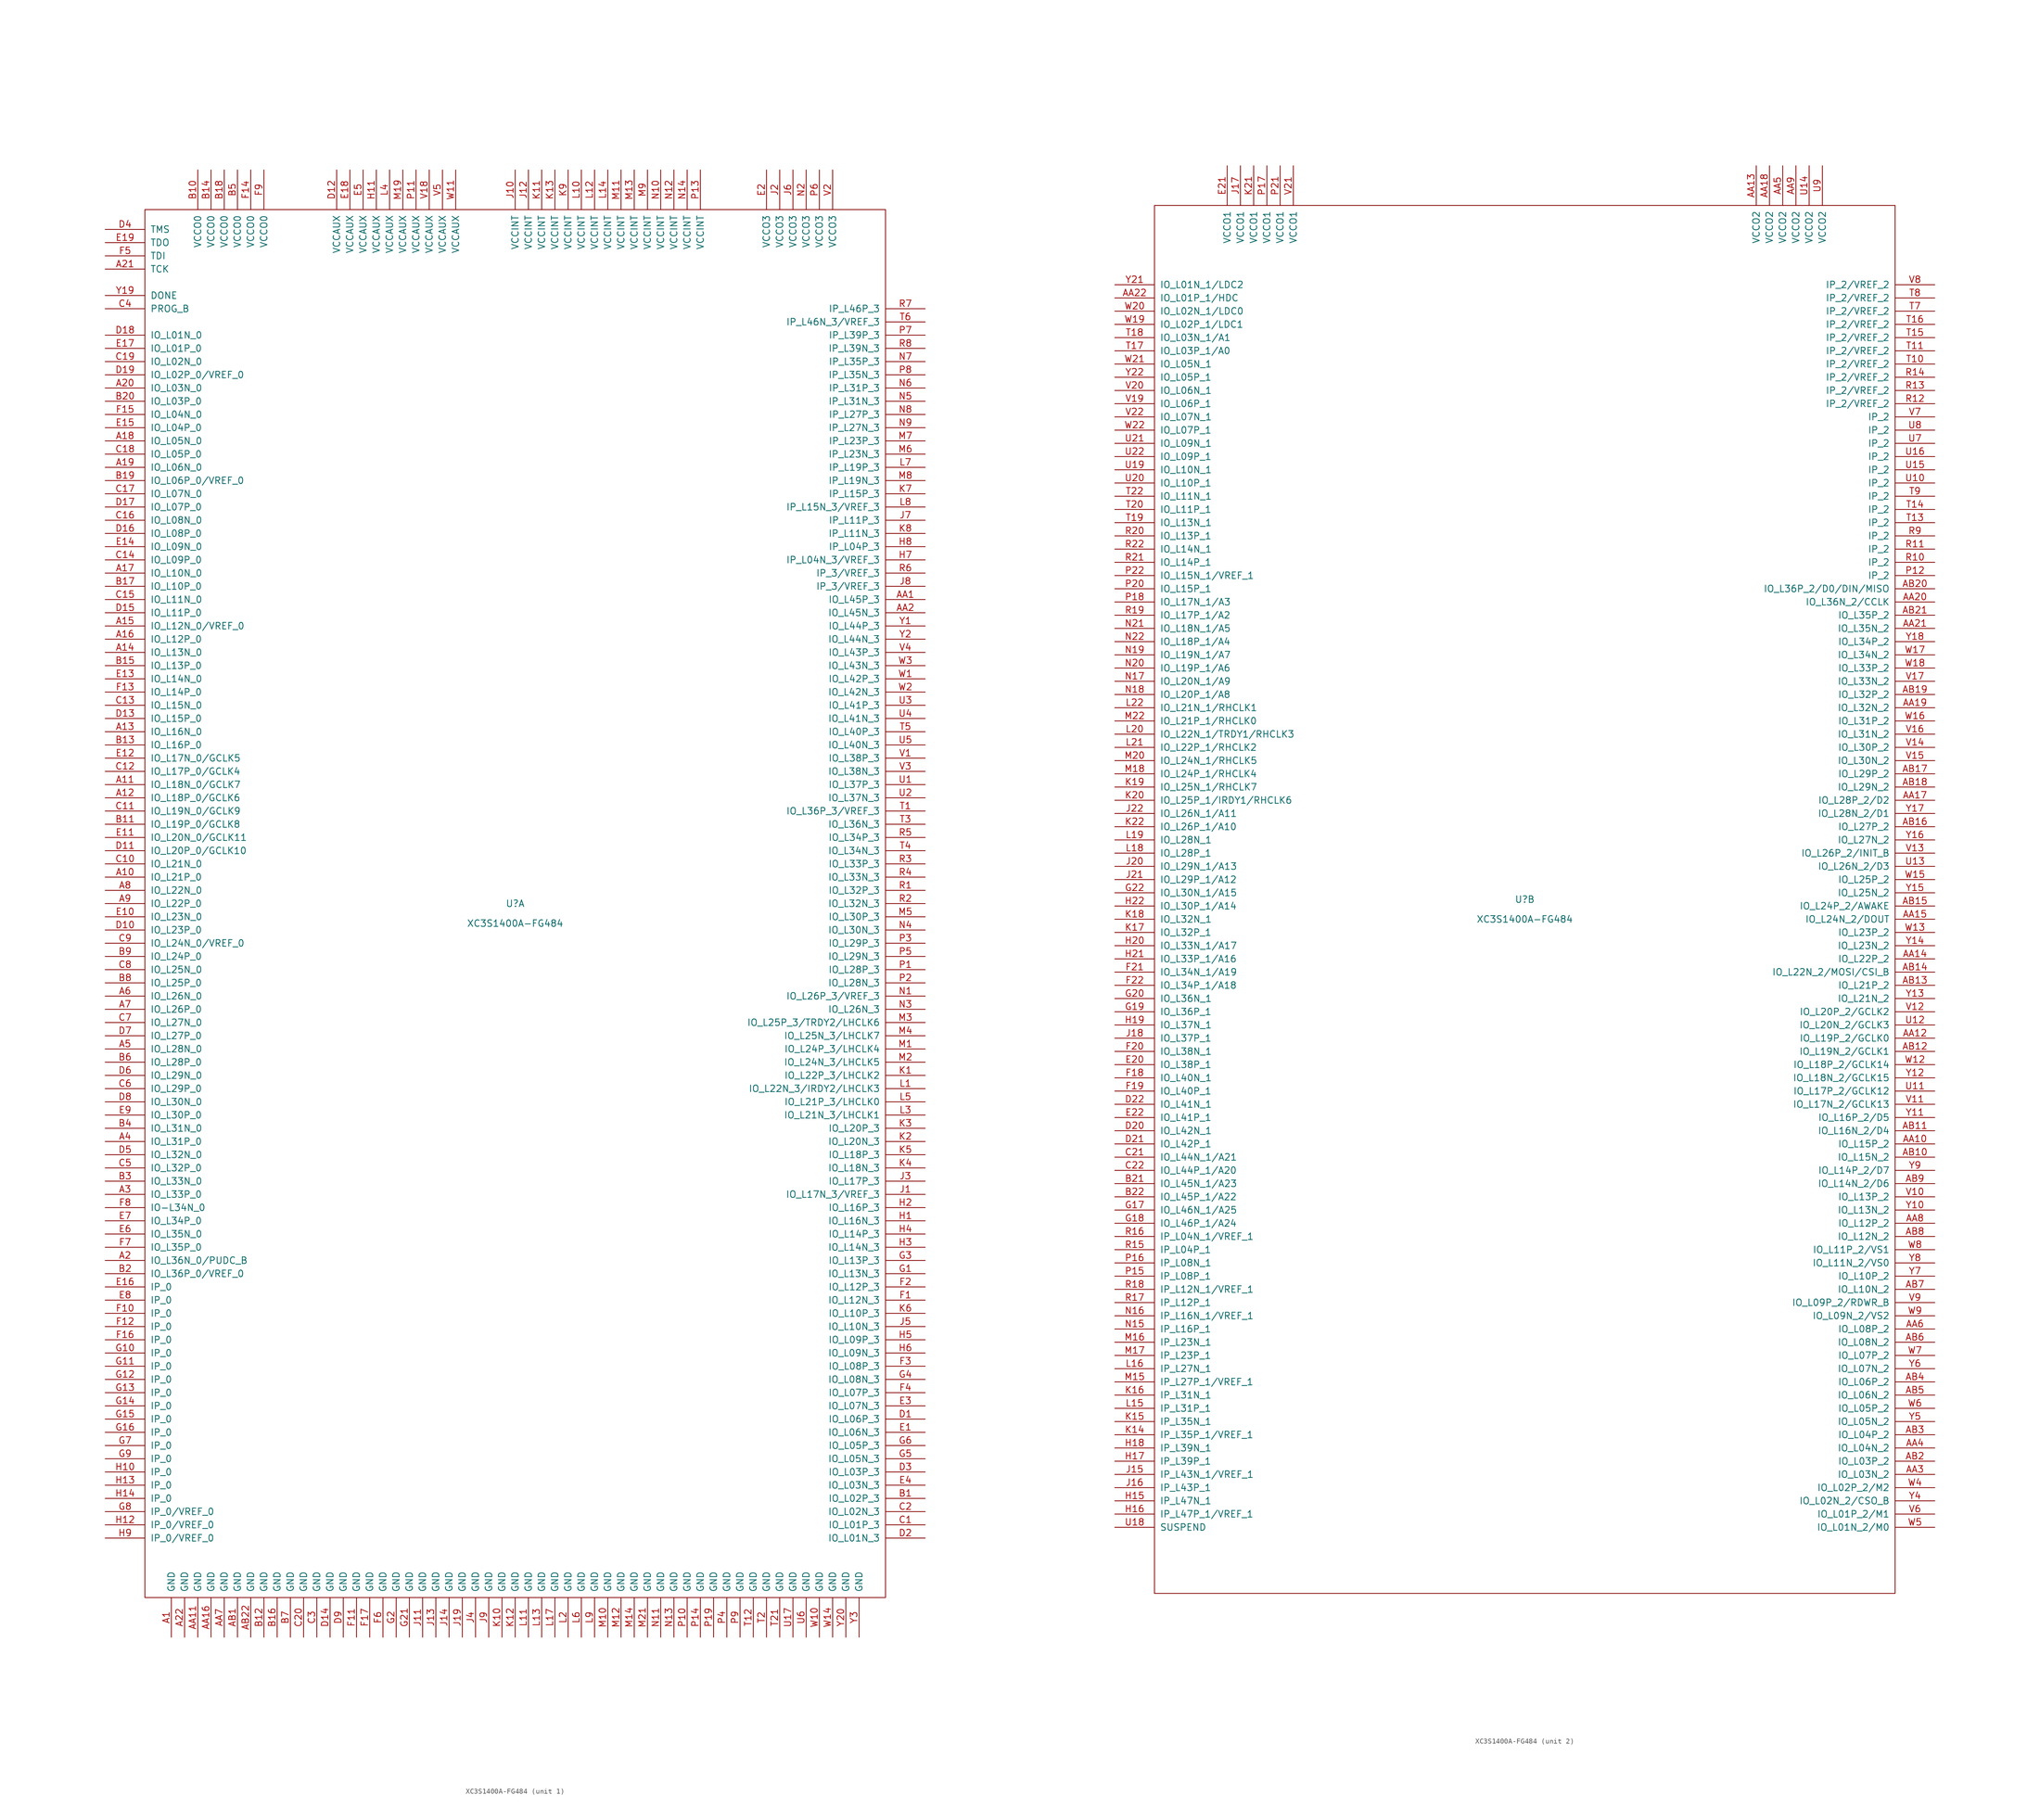
<source format=kicad_sym>
(kicad_symbol_lib
  (version 20201005)
  (generator kicad_symbol_editor)
  (symbol "XC3S1400A-FG484"
    (pin_names
      (offset 1.016))
    (property "Reference" "U"
      (at 0 0 0)
      (effects (font (size 1.27 1.27))))
    (property "Value" "XC3S1400A-FG484"
      (at 0 -3.81 0)
      (effects (font (size 1.27 1.27))))
    (property "ki_locked" ""
      (at 0 0 0)
      (effects (font (size 1.27 1.27))))
    (symbol "XC3S1400A-FG484_0_1"
      (rectangle (start -71.12 133.35) (end 71.12 -133.35) (stroke (width 0)) (fill (type none))))
    (symbol "XC3S1400A-FG484_1_1"
      (pin power_in line (at -66.04 -140.97 90) (length 7.62) (name "GND" (effects (font (size 1.27 1.27)))) (number "A1" (effects (font (size 1.27 1.27)))))
      (pin bidirectional line (at -78.74 5.08 0) (length 7.62) (name "IO_L21P_0" (effects (font (size 1.27 1.27)))) (number "A10" (effects (font (size 1.27 1.27)))))
      (pin bidirectional line (at -78.74 22.86 0) (length 7.62) (name "IO_L18N_0/GCLK7" (effects (font (size 1.27 1.27)))) (number "A11" (effects (font (size 1.27 1.27)))))
      (pin bidirectional line (at -78.74 20.32 0) (length 7.62) (name "IO_L18P_0/GCLK6" (effects (font (size 1.27 1.27)))) (number "A12" (effects (font (size 1.27 1.27)))))
      (pin bidirectional line (at -78.74 33.02 0) (length 7.62) (name "IO_L16N_0" (effects (font (size 1.27 1.27)))) (number "A13" (effects (font (size 1.27 1.27)))))
      (pin bidirectional line (at -78.74 48.26 0) (length 7.62) (name "IO_L13N_0" (effects (font (size 1.27 1.27)))) (number "A14" (effects (font (size 1.27 1.27)))))
      (pin bidirectional line (at -78.74 53.34 0) (length 7.62) (name "IO_L12N_0/VREF_0" (effects (font (size 1.27 1.27)))) (number "A15" (effects (font (size 1.27 1.27)))))
      (pin bidirectional line (at -78.74 50.8 0) (length 7.62) (name "IO_L12P_0" (effects (font (size 1.27 1.27)))) (number "A16" (effects (font (size 1.27 1.27)))))
      (pin bidirectional line (at -78.74 63.5 0) (length 7.62) (name "IO_L10N_0" (effects (font (size 1.27 1.27)))) (number "A17" (effects (font (size 1.27 1.27)))))
      (pin bidirectional line (at -78.74 88.9 0) (length 7.62) (name "IO_L05N_0" (effects (font (size 1.27 1.27)))) (number "A18" (effects (font (size 1.27 1.27)))))
      (pin bidirectional line (at -78.74 83.82 0) (length 7.62) (name "IO_L06N_0" (effects (font (size 1.27 1.27)))) (number "A19" (effects (font (size 1.27 1.27)))))
      (pin bidirectional line (at -78.74 -68.58 0) (length 7.62) (name "IO_L36N_0/PUDC_B" (effects (font (size 1.27 1.27)))) (number "A2" (effects (font (size 1.27 1.27)))))
      (pin bidirectional line (at -78.74 99.06 0) (length 7.62) (name "IO_L03N_0" (effects (font (size 1.27 1.27)))) (number "A20" (effects (font (size 1.27 1.27)))))
      (pin input line (at -78.74 121.92 0) (length 7.62) (name "TCK" (effects (font (size 1.27 1.27)))) (number "A21" (effects (font (size 1.27 1.27)))))
      (pin power_in line (at -63.5 -140.97 90) (length 7.62) (name "GND" (effects (font (size 1.27 1.27)))) (number "A22" (effects (font (size 1.27 1.27)))))
      (pin bidirectional line (at -78.74 -55.88 0) (length 7.62) (name "IO_L33P_0" (effects (font (size 1.27 1.27)))) (number "A3" (effects (font (size 1.27 1.27)))))
      (pin bidirectional line (at -78.74 -45.72 0) (length 7.62) (name "IO_L31P_0" (effects (font (size 1.27 1.27)))) (number "A4" (effects (font (size 1.27 1.27)))))
      (pin bidirectional line (at -78.74 -27.94 0) (length 7.62) (name "IO_L28N_0" (effects (font (size 1.27 1.27)))) (number "A5" (effects (font (size 1.27 1.27)))))
      (pin bidirectional line (at -78.74 -17.78 0) (length 7.62) (name "IO_L26N_0" (effects (font (size 1.27 1.27)))) (number "A6" (effects (font (size 1.27 1.27)))))
      (pin bidirectional line (at -78.74 -20.32 0) (length 7.62) (name "IO_L26P_0" (effects (font (size 1.27 1.27)))) (number "A7" (effects (font (size 1.27 1.27)))))
      (pin bidirectional line (at -78.74 2.54 0) (length 7.62) (name "IO_L22N_0" (effects (font (size 1.27 1.27)))) (number "A8" (effects (font (size 1.27 1.27)))))
      (pin bidirectional line (at -78.74 0 0) (length 7.62) (name "IO_L22P_0" (effects (font (size 1.27 1.27)))) (number "A9" (effects (font (size 1.27 1.27)))))
      (pin bidirectional line (at 78.74 58.42 180) (length 7.62) (name "IO_L45P_3" (effects (font (size 1.27 1.27)))) (number "AA1" (effects (font (size 1.27 1.27)))))
      (pin power_in line (at -60.96 -140.97 90) (length 7.62) (name "GND" (effects (font (size 1.27 1.27)))) (number "AA11" (effects (font (size 1.27 1.27)))))
      (pin power_in line (at -58.42 -140.97 90) (length 7.62) (name "GND" (effects (font (size 1.27 1.27)))) (number "AA16" (effects (font (size 1.27 1.27)))))
      (pin bidirectional line (at 78.74 55.88 180) (length 7.62) (name "IO_L45N_3" (effects (font (size 1.27 1.27)))) (number "AA2" (effects (font (size 1.27 1.27)))))
      (pin power_in line (at -55.88 -140.97 90) (length 7.62) (name "GND" (effects (font (size 1.27 1.27)))) (number "AA7" (effects (font (size 1.27 1.27)))))
      (pin power_in line (at -53.34 -140.97 90) (length 7.62) (name "GND" (effects (font (size 1.27 1.27)))) (number "AB1" (effects (font (size 1.27 1.27)))))
      (pin power_in line (at -50.8 -140.97 90) (length 7.62) (name "GND" (effects (font (size 1.27 1.27)))) (number "AB22" (effects (font (size 1.27 1.27)))))
      (pin bidirectional line (at 78.74 -114.3 180) (length 7.62) (name "IO_L02P_3" (effects (font (size 1.27 1.27)))) (number "B1" (effects (font (size 1.27 1.27)))))
      (pin power_in line (at -60.96 140.97 270) (length 7.62) (name "VCCO0" (effects (font (size 1.27 1.27)))) (number "B10" (effects (font (size 1.27 1.27)))))
      (pin bidirectional line (at -78.74 15.24 0) (length 7.62) (name "IO_L19P_0/GCLK8" (effects (font (size 1.27 1.27)))) (number "B11" (effects (font (size 1.27 1.27)))))
      (pin power_in line (at -48.26 -140.97 90) (length 7.62) (name "GND" (effects (font (size 1.27 1.27)))) (number "B12" (effects (font (size 1.27 1.27)))))
      (pin bidirectional line (at -78.74 30.48 0) (length 7.62) (name "IO_L16P_0" (effects (font (size 1.27 1.27)))) (number "B13" (effects (font (size 1.27 1.27)))))
      (pin power_in line (at -58.42 140.97 270) (length 7.62) (name "VCCO0" (effects (font (size 1.27 1.27)))) (number "B14" (effects (font (size 1.27 1.27)))))
      (pin bidirectional line (at -78.74 45.72 0) (length 7.62) (name "IO_L13P_0" (effects (font (size 1.27 1.27)))) (number "B15" (effects (font (size 1.27 1.27)))))
      (pin power_in line (at -45.72 -140.97 90) (length 7.62) (name "GND" (effects (font (size 1.27 1.27)))) (number "B16" (effects (font (size 1.27 1.27)))))
      (pin bidirectional line (at -78.74 60.96 0) (length 7.62) (name "IO_L10P_0" (effects (font (size 1.27 1.27)))) (number "B17" (effects (font (size 1.27 1.27)))))
      (pin power_in line (at -55.88 140.97 270) (length 7.62) (name "VCCO0" (effects (font (size 1.27 1.27)))) (number "B18" (effects (font (size 1.27 1.27)))))
      (pin bidirectional line (at -78.74 81.28 0) (length 7.62) (name "IO_L06P_0/VREF_0" (effects (font (size 1.27 1.27)))) (number "B19" (effects (font (size 1.27 1.27)))))
      (pin bidirectional line (at -78.74 -71.12 0) (length 7.62) (name "IO_L36P_0/VREF_0" (effects (font (size 1.27 1.27)))) (number "B2" (effects (font (size 1.27 1.27)))))
      (pin bidirectional line (at -78.74 96.52 0) (length 7.62) (name "IO_L03P_0" (effects (font (size 1.27 1.27)))) (number "B20" (effects (font (size 1.27 1.27)))))
      (pin bidirectional line (at -78.74 -53.34 0) (length 7.62) (name "IO_L33N_0" (effects (font (size 1.27 1.27)))) (number "B3" (effects (font (size 1.27 1.27)))))
      (pin bidirectional line (at -78.74 -43.18 0) (length 7.62) (name "IO_L31N_0" (effects (font (size 1.27 1.27)))) (number "B4" (effects (font (size 1.27 1.27)))))
      (pin power_in line (at -53.34 140.97 270) (length 7.62) (name "VCCO0" (effects (font (size 1.27 1.27)))) (number "B5" (effects (font (size 1.27 1.27)))))
      (pin bidirectional line (at -78.74 -30.48 0) (length 7.62) (name "IO_L28P_0" (effects (font (size 1.27 1.27)))) (number "B6" (effects (font (size 1.27 1.27)))))
      (pin power_in line (at -43.18 -140.97 90) (length 7.62) (name "GND" (effects (font (size 1.27 1.27)))) (number "B7" (effects (font (size 1.27 1.27)))))
      (pin bidirectional line (at -78.74 -15.24 0) (length 7.62) (name "IO_L25P_0" (effects (font (size 1.27 1.27)))) (number "B8" (effects (font (size 1.27 1.27)))))
      (pin bidirectional line (at -78.74 -10.16 0) (length 7.62) (name "IO_L24P_0" (effects (font (size 1.27 1.27)))) (number "B9" (effects (font (size 1.27 1.27)))))
      (pin bidirectional line (at 78.74 -119.38 180) (length 7.62) (name "IO_L01P_3" (effects (font (size 1.27 1.27)))) (number "C1" (effects (font (size 1.27 1.27)))))
      (pin bidirectional line (at -78.74 7.62 0) (length 7.62) (name "IO_L21N_0" (effects (font (size 1.27 1.27)))) (number "C10" (effects (font (size 1.27 1.27)))))
      (pin bidirectional line (at -78.74 17.78 0) (length 7.62) (name "IO_L19N_0/GCLK9" (effects (font (size 1.27 1.27)))) (number "C11" (effects (font (size 1.27 1.27)))))
      (pin bidirectional line (at -78.74 25.4 0) (length 7.62) (name "IO_L17P_0/GCLK4" (effects (font (size 1.27 1.27)))) (number "C12" (effects (font (size 1.27 1.27)))))
      (pin bidirectional line (at -78.74 38.1 0) (length 7.62) (name "IO_L15N_0" (effects (font (size 1.27 1.27)))) (number "C13" (effects (font (size 1.27 1.27)))))
      (pin bidirectional line (at -78.74 66.04 0) (length 7.62) (name "IO_L09P_0" (effects (font (size 1.27 1.27)))) (number "C14" (effects (font (size 1.27 1.27)))))
      (pin bidirectional line (at -78.74 58.42 0) (length 7.62) (name "IO_L11N_0" (effects (font (size 1.27 1.27)))) (number "C15" (effects (font (size 1.27 1.27)))))
      (pin bidirectional line (at -78.74 73.66 0) (length 7.62) (name "IO_L08N_0" (effects (font (size 1.27 1.27)))) (number "C16" (effects (font (size 1.27 1.27)))))
      (pin bidirectional line (at -78.74 78.74 0) (length 7.62) (name "IO_L07N_0" (effects (font (size 1.27 1.27)))) (number "C17" (effects (font (size 1.27 1.27)))))
      (pin bidirectional line (at -78.74 86.36 0) (length 7.62) (name "IO_L05P_0" (effects (font (size 1.27 1.27)))) (number "C18" (effects (font (size 1.27 1.27)))))
      (pin bidirectional line (at -78.74 104.14 0) (length 7.62) (name "IO_L02N_0" (effects (font (size 1.27 1.27)))) (number "C19" (effects (font (size 1.27 1.27)))))
      (pin bidirectional line (at 78.74 -116.84 180) (length 7.62) (name "IO_L02N_3" (effects (font (size 1.27 1.27)))) (number "C2" (effects (font (size 1.27 1.27)))))
      (pin power_in line (at -40.64 -140.97 90) (length 7.62) (name "GND" (effects (font (size 1.27 1.27)))) (number "C20" (effects (font (size 1.27 1.27)))))
      (pin power_in line (at -38.1 -140.97 90) (length 7.62) (name "GND" (effects (font (size 1.27 1.27)))) (number "C3" (effects (font (size 1.27 1.27)))))
      (pin bidirectional line (at -78.74 114.3 0) (length 7.62) (name "PROG_B" (effects (font (size 1.27 1.27)))) (number "C4" (effects (font (size 1.27 1.27)))))
      (pin bidirectional line (at -78.74 -50.8 0) (length 7.62) (name "IO_L32P_0" (effects (font (size 1.27 1.27)))) (number "C5" (effects (font (size 1.27 1.27)))))
      (pin bidirectional line (at -78.74 -35.56 0) (length 7.62) (name "IO_L29P_0" (effects (font (size 1.27 1.27)))) (number "C6" (effects (font (size 1.27 1.27)))))
      (pin bidirectional line (at -78.74 -22.86 0) (length 7.62) (name "IO_L27N_0" (effects (font (size 1.27 1.27)))) (number "C7" (effects (font (size 1.27 1.27)))))
      (pin bidirectional line (at -78.74 -12.7 0) (length 7.62) (name "IO_L25N_0" (effects (font (size 1.27 1.27)))) (number "C8" (effects (font (size 1.27 1.27)))))
      (pin bidirectional line (at -78.74 -7.62 0) (length 7.62) (name "IO_L24N_0/VREF_0" (effects (font (size 1.27 1.27)))) (number "C9" (effects (font (size 1.27 1.27)))))
      (pin bidirectional line (at 78.74 -99.06 180) (length 7.62) (name "IO_L06P_3" (effects (font (size 1.27 1.27)))) (number "D1" (effects (font (size 1.27 1.27)))))
      (pin bidirectional line (at -78.74 -5.08 0) (length 7.62) (name "IO_L23P_0" (effects (font (size 1.27 1.27)))) (number "D10" (effects (font (size 1.27 1.27)))))
      (pin bidirectional line (at -78.74 10.16 0) (length 7.62) (name "IO_L20P_0/GCLK10" (effects (font (size 1.27 1.27)))) (number "D11" (effects (font (size 1.27 1.27)))))
      (pin power_in line (at -34.29 140.97 270) (length 7.62) (name "VCCAUX" (effects (font (size 1.27 1.27)))) (number "D12" (effects (font (size 1.27 1.27)))))
      (pin bidirectional line (at -78.74 35.56 0) (length 7.62) (name "IO_L15P_0" (effects (font (size 1.27 1.27)))) (number "D13" (effects (font (size 1.27 1.27)))))
      (pin power_in line (at -35.56 -140.97 90) (length 7.62) (name "GND" (effects (font (size 1.27 1.27)))) (number "D14" (effects (font (size 1.27 1.27)))))
      (pin bidirectional line (at -78.74 55.88 0) (length 7.62) (name "IO_L11P_0" (effects (font (size 1.27 1.27)))) (number "D15" (effects (font (size 1.27 1.27)))))
      (pin bidirectional line (at -78.74 71.12 0) (length 7.62) (name "IO_L08P_0" (effects (font (size 1.27 1.27)))) (number "D16" (effects (font (size 1.27 1.27)))))
      (pin bidirectional line (at -78.74 76.2 0) (length 7.62) (name "IO_L07P_0" (effects (font (size 1.27 1.27)))) (number "D17" (effects (font (size 1.27 1.27)))))
      (pin bidirectional line (at -78.74 109.22 0) (length 7.62) (name "IO_L01N_0" (effects (font (size 1.27 1.27)))) (number "D18" (effects (font (size 1.27 1.27)))))
      (pin bidirectional line (at -78.74 101.6 0) (length 7.62) (name "IO_L02P_0/VREF_0" (effects (font (size 1.27 1.27)))) (number "D19" (effects (font (size 1.27 1.27)))))
      (pin bidirectional line (at 78.74 -121.92 180) (length 7.62) (name "IO_L01N_3" (effects (font (size 1.27 1.27)))) (number "D2" (effects (font (size 1.27 1.27)))))
      (pin bidirectional line (at 78.74 -109.22 180) (length 7.62) (name "IO_L03P_3" (effects (font (size 1.27 1.27)))) (number "D3" (effects (font (size 1.27 1.27)))))
      (pin input line (at -78.74 129.54 0) (length 7.62) (name "TMS" (effects (font (size 1.27 1.27)))) (number "D4" (effects (font (size 1.27 1.27)))))
      (pin bidirectional line (at -78.74 -48.26 0) (length 7.62) (name "IO_L32N_0" (effects (font (size 1.27 1.27)))) (number "D5" (effects (font (size 1.27 1.27)))))
      (pin bidirectional line (at -78.74 -33.02 0) (length 7.62) (name "IO_L29N_0" (effects (font (size 1.27 1.27)))) (number "D6" (effects (font (size 1.27 1.27)))))
      (pin bidirectional line (at -78.74 -25.4 0) (length 7.62) (name "IO_L27P_0" (effects (font (size 1.27 1.27)))) (number "D7" (effects (font (size 1.27 1.27)))))
      (pin bidirectional line (at -78.74 -38.1 0) (length 7.62) (name "IO_L30N_0" (effects (font (size 1.27 1.27)))) (number "D8" (effects (font (size 1.27 1.27)))))
      (pin power_in line (at -33.02 -140.97 90) (length 7.62) (name "GND" (effects (font (size 1.27 1.27)))) (number "D9" (effects (font (size 1.27 1.27)))))
      (pin bidirectional line (at 78.74 -101.6 180) (length 7.62) (name "IO_L06N_3" (effects (font (size 1.27 1.27)))) (number "E1" (effects (font (size 1.27 1.27)))))
      (pin bidirectional line (at -78.74 -2.54 0) (length 7.62) (name "IO_L23N_0" (effects (font (size 1.27 1.27)))) (number "E10" (effects (font (size 1.27 1.27)))))
      (pin bidirectional line (at -78.74 12.7 0) (length 7.62) (name "IO_L20N_0/GCLK11" (effects (font (size 1.27 1.27)))) (number "E11" (effects (font (size 1.27 1.27)))))
      (pin bidirectional line (at -78.74 27.94 0) (length 7.62) (name "IO_L17N_0/GCLK5" (effects (font (size 1.27 1.27)))) (number "E12" (effects (font (size 1.27 1.27)))))
      (pin bidirectional line (at -78.74 43.18 0) (length 7.62) (name "IO_L14N_0" (effects (font (size 1.27 1.27)))) (number "E13" (effects (font (size 1.27 1.27)))))
      (pin bidirectional line (at -78.74 68.58 0) (length 7.62) (name "IO_L09N_0" (effects (font (size 1.27 1.27)))) (number "E14" (effects (font (size 1.27 1.27)))))
      (pin bidirectional line (at -78.74 91.44 0) (length 7.62) (name "IO_L04P_0" (effects (font (size 1.27 1.27)))) (number "E15" (effects (font (size 1.27 1.27)))))
      (pin input line (at -78.74 -73.66 0) (length 7.62) (name "IP_0" (effects (font (size 1.27 1.27)))) (number "E16" (effects (font (size 1.27 1.27)))))
      (pin bidirectional line (at -78.74 106.68 0) (length 7.62) (name "IO_L01P_0" (effects (font (size 1.27 1.27)))) (number "E17" (effects (font (size 1.27 1.27)))))
      (pin power_in line (at -31.75 140.97 270) (length 7.62) (name "VCCAUX" (effects (font (size 1.27 1.27)))) (number "E18" (effects (font (size 1.27 1.27)))))
      (pin output line (at -78.74 127 0) (length 7.62) (name "TDO" (effects (font (size 1.27 1.27)))) (number "E19" (effects (font (size 1.27 1.27)))))
      (pin passive line (at 48.26 140.97 270) (length 7.62) (name "VCCO3" (effects (font (size 1.27 1.27)))) (number "E2" (effects (font (size 1.27 1.27)))))
      (pin bidirectional line (at 78.74 -96.52 180) (length 7.62) (name "IO_L07N_3" (effects (font (size 1.27 1.27)))) (number "E3" (effects (font (size 1.27 1.27)))))
      (pin bidirectional line (at 78.74 -111.76 180) (length 7.62) (name "IO_L03N_3" (effects (font (size 1.27 1.27)))) (number "E4" (effects (font (size 1.27 1.27)))))
      (pin power_in line (at -29.21 140.97 270) (length 7.62) (name "VCCAUX" (effects (font (size 1.27 1.27)))) (number "E5" (effects (font (size 1.27 1.27)))))
      (pin bidirectional line (at -78.74 -63.5 0) (length 7.62) (name "IO_L35N_0" (effects (font (size 1.27 1.27)))) (number "E6" (effects (font (size 1.27 1.27)))))
      (pin bidirectional line (at -78.74 -60.96 0) (length 7.62) (name "IO_L34P_0" (effects (font (size 1.27 1.27)))) (number "E7" (effects (font (size 1.27 1.27)))))
      (pin input line (at -78.74 -76.2 0) (length 7.62) (name "IP_0" (effects (font (size 1.27 1.27)))) (number "E8" (effects (font (size 1.27 1.27)))))
      (pin bidirectional line (at -78.74 -40.64 0) (length 7.62) (name "IO_L30P_0" (effects (font (size 1.27 1.27)))) (number "E9" (effects (font (size 1.27 1.27)))))
      (pin bidirectional line (at 78.74 -76.2 180) (length 7.62) (name "IO_L12N_3" (effects (font (size 1.27 1.27)))) (number "F1" (effects (font (size 1.27 1.27)))))
      (pin input line (at -78.74 -78.74 0) (length 7.62) (name "IP_0" (effects (font (size 1.27 1.27)))) (number "F10" (effects (font (size 1.27 1.27)))))
      (pin power_in line (at -30.48 -140.97 90) (length 7.62) (name "GND" (effects (font (size 1.27 1.27)))) (number "F11" (effects (font (size 1.27 1.27)))))
      (pin input line (at -78.74 -81.28 0) (length 7.62) (name "IP_0" (effects (font (size 1.27 1.27)))) (number "F12" (effects (font (size 1.27 1.27)))))
      (pin bidirectional line (at -78.74 40.64 0) (length 7.62) (name "IO_L14P_0" (effects (font (size 1.27 1.27)))) (number "F13" (effects (font (size 1.27 1.27)))))
      (pin power_in line (at -50.8 140.97 270) (length 7.62) (name "VCCO0" (effects (font (size 1.27 1.27)))) (number "F14" (effects (font (size 1.27 1.27)))))
      (pin bidirectional line (at -78.74 93.98 0) (length 7.62) (name "IO_L04N_0" (effects (font (size 1.27 1.27)))) (number "F15" (effects (font (size 1.27 1.27)))))
      (pin input line (at -78.74 -83.82 0) (length 7.62) (name "IP_0" (effects (font (size 1.27 1.27)))) (number "F16" (effects (font (size 1.27 1.27)))))
      (pin power_in line (at -27.94 -140.97 90) (length 7.62) (name "GND" (effects (font (size 1.27 1.27)))) (number "F17" (effects (font (size 1.27 1.27)))))
      (pin bidirectional line (at 78.74 -73.66 180) (length 7.62) (name "IO_L12P_3" (effects (font (size 1.27 1.27)))) (number "F2" (effects (font (size 1.27 1.27)))))
      (pin bidirectional line (at 78.74 -88.9 180) (length 7.62) (name "IO_L08P_3" (effects (font (size 1.27 1.27)))) (number "F3" (effects (font (size 1.27 1.27)))))
      (pin bidirectional line (at 78.74 -93.98 180) (length 7.62) (name "IO_L07P_3" (effects (font (size 1.27 1.27)))) (number "F4" (effects (font (size 1.27 1.27)))))
      (pin input line (at -78.74 124.46 0) (length 7.62) (name "TDI" (effects (font (size 1.27 1.27)))) (number "F5" (effects (font (size 1.27 1.27)))))
      (pin power_in line (at -25.4 -140.97 90) (length 7.62) (name "GND" (effects (font (size 1.27 1.27)))) (number "F6" (effects (font (size 1.27 1.27)))))
      (pin bidirectional line (at -78.74 -66.04 0) (length 7.62) (name "IO_L35P_0" (effects (font (size 1.27 1.27)))) (number "F7" (effects (font (size 1.27 1.27)))))
      (pin bidirectional line (at -78.74 -58.42 0) (length 7.62) (name "IO-L34N_0" (effects (font (size 1.27 1.27)))) (number "F8" (effects (font (size 1.27 1.27)))))
      (pin power_in line (at -48.26 140.97 270) (length 7.62) (name "VCCO0" (effects (font (size 1.27 1.27)))) (number "F9" (effects (font (size 1.27 1.27)))))
      (pin bidirectional line (at 78.74 -71.12 180) (length 7.62) (name "IO_L13N_3" (effects (font (size 1.27 1.27)))) (number "G1" (effects (font (size 1.27 1.27)))))
      (pin input line (at -78.74 -86.36 0) (length 7.62) (name "IP_0" (effects (font (size 1.27 1.27)))) (number "G10" (effects (font (size 1.27 1.27)))))
      (pin input line (at -78.74 -88.9 0) (length 7.62) (name "IP_0" (effects (font (size 1.27 1.27)))) (number "G11" (effects (font (size 1.27 1.27)))))
      (pin input line (at -78.74 -91.44 0) (length 7.62) (name "IP_0" (effects (font (size 1.27 1.27)))) (number "G12" (effects (font (size 1.27 1.27)))))
      (pin input line (at -78.74 -93.98 0) (length 7.62) (name "IP_0" (effects (font (size 1.27 1.27)))) (number "G13" (effects (font (size 1.27 1.27)))))
      (pin input line (at -78.74 -96.52 0) (length 7.62) (name "IP_0" (effects (font (size 1.27 1.27)))) (number "G14" (effects (font (size 1.27 1.27)))))
      (pin input line (at -78.74 -99.06 0) (length 7.62) (name "IP_0" (effects (font (size 1.27 1.27)))) (number "G15" (effects (font (size 1.27 1.27)))))
      (pin input line (at -78.74 -101.6 0) (length 7.62) (name "IP_0" (effects (font (size 1.27 1.27)))) (number "G16" (effects (font (size 1.27 1.27)))))
      (pin power_in line (at -22.86 -140.97 90) (length 7.62) (name "GND" (effects (font (size 1.27 1.27)))) (number "G2" (effects (font (size 1.27 1.27)))))
      (pin power_in line (at -20.32 -140.97 90) (length 7.62) (name "GND" (effects (font (size 1.27 1.27)))) (number "G21" (effects (font (size 1.27 1.27)))))
      (pin bidirectional line (at 78.74 -68.58 180) (length 7.62) (name "IO_L13P_3" (effects (font (size 1.27 1.27)))) (number "G3" (effects (font (size 1.27 1.27)))))
      (pin bidirectional line (at 78.74 -91.44 180) (length 7.62) (name "IO_L08N_3" (effects (font (size 1.27 1.27)))) (number "G4" (effects (font (size 1.27 1.27)))))
      (pin bidirectional line (at 78.74 -106.68 180) (length 7.62) (name "IO_L05N_3" (effects (font (size 1.27 1.27)))) (number "G5" (effects (font (size 1.27 1.27)))))
      (pin bidirectional line (at 78.74 -104.14 180) (length 7.62) (name "IO_L05P_3" (effects (font (size 1.27 1.27)))) (number "G6" (effects (font (size 1.27 1.27)))))
      (pin input line (at -78.74 -104.14 0) (length 7.62) (name "IP_0" (effects (font (size 1.27 1.27)))) (number "G7" (effects (font (size 1.27 1.27)))))
      (pin input line (at -78.74 -116.84 0) (length 7.62) (name "IP_0/VREF_0" (effects (font (size 1.27 1.27)))) (number "G8" (effects (font (size 1.27 1.27)))))
      (pin input line (at -78.74 -106.68 0) (length 7.62) (name "IP_0" (effects (font (size 1.27 1.27)))) (number "G9" (effects (font (size 1.27 1.27)))))
      (pin bidirectional line (at 78.74 -60.96 180) (length 7.62) (name "IO_L16N_3" (effects (font (size 1.27 1.27)))) (number "H1" (effects (font (size 1.27 1.27)))))
      (pin input line (at -78.74 -109.22 0) (length 7.62) (name "IP_0" (effects (font (size 1.27 1.27)))) (number "H10" (effects (font (size 1.27 1.27)))))
      (pin power_in line (at -26.67 140.97 270) (length 7.62) (name "VCCAUX" (effects (font (size 1.27 1.27)))) (number "H11" (effects (font (size 1.27 1.27)))))
      (pin input line (at -78.74 -119.38 0) (length 7.62) (name "IP_0/VREF_0" (effects (font (size 1.27 1.27)))) (number "H12" (effects (font (size 1.27 1.27)))))
      (pin input line (at -78.74 -111.76 0) (length 7.62) (name "IP_0" (effects (font (size 1.27 1.27)))) (number "H13" (effects (font (size 1.27 1.27)))))
      (pin input line (at -78.74 -114.3 0) (length 7.62) (name "IP_0" (effects (font (size 1.27 1.27)))) (number "H14" (effects (font (size 1.27 1.27)))))
      (pin bidirectional line (at 78.74 -58.42 180) (length 7.62) (name "IO_L16P_3" (effects (font (size 1.27 1.27)))) (number "H2" (effects (font (size 1.27 1.27)))))
      (pin bidirectional line (at 78.74 -66.04 180) (length 7.62) (name "IO_L14N_3" (effects (font (size 1.27 1.27)))) (number "H3" (effects (font (size 1.27 1.27)))))
      (pin bidirectional line (at 78.74 -63.5 180) (length 7.62) (name "IO_L14P_3" (effects (font (size 1.27 1.27)))) (number "H4" (effects (font (size 1.27 1.27)))))
      (pin bidirectional line (at 78.74 -83.82 180) (length 7.62) (name "IO_L09P_3" (effects (font (size 1.27 1.27)))) (number "H5" (effects (font (size 1.27 1.27)))))
      (pin bidirectional line (at 78.74 -86.36 180) (length 7.62) (name "IO_L09N_3" (effects (font (size 1.27 1.27)))) (number "H6" (effects (font (size 1.27 1.27)))))
      (pin input line (at 78.74 66.04 180) (length 7.62) (name "IP_L04N_3/VREF_3" (effects (font (size 1.27 1.27)))) (number "H7" (effects (font (size 1.27 1.27)))))
      (pin input line (at 78.74 68.58 180) (length 7.62) (name "IP_L04P_3" (effects (font (size 1.27 1.27)))) (number "H8" (effects (font (size 1.27 1.27)))))
      (pin input line (at -78.74 -121.92 0) (length 7.62) (name "IP_0/VREF_0" (effects (font (size 1.27 1.27)))) (number "H9" (effects (font (size 1.27 1.27)))))
      (pin bidirectional line (at 78.74 -55.88 180) (length 7.62) (name "IO_L17N_3/VREF_3" (effects (font (size 1.27 1.27)))) (number "J1" (effects (font (size 1.27 1.27)))))
      (pin power_in line (at 0 140.97 270) (length 7.62) (name "VCCINT" (effects (font (size 1.27 1.27)))) (number "J10" (effects (font (size 1.27 1.27)))))
      (pin power_in line (at -17.78 -140.97 90) (length 7.62) (name "GND" (effects (font (size 1.27 1.27)))) (number "J11" (effects (font (size 1.27 1.27)))))
      (pin power_in line (at 2.54 140.97 270) (length 7.62) (name "VCCINT" (effects (font (size 1.27 1.27)))) (number "J12" (effects (font (size 1.27 1.27)))))
      (pin power_in line (at -15.24 -140.97 90) (length 7.62) (name "GND" (effects (font (size 1.27 1.27)))) (number "J13" (effects (font (size 1.27 1.27)))))
      (pin power_in line (at -12.7 -140.97 90) (length 7.62) (name "GND" (effects (font (size 1.27 1.27)))) (number "J14" (effects (font (size 1.27 1.27)))))
      (pin power_in line (at -10.16 -140.97 90) (length 7.62) (name "GND" (effects (font (size 1.27 1.27)))) (number "J19" (effects (font (size 1.27 1.27)))))
      (pin power_in line (at 50.8 140.97 270) (length 7.62) (name "VCCO3" (effects (font (size 1.27 1.27)))) (number "J2" (effects (font (size 1.27 1.27)))))
      (pin bidirectional line (at 78.74 -53.34 180) (length 7.62) (name "IO_L17P_3" (effects (font (size 1.27 1.27)))) (number "J3" (effects (font (size 1.27 1.27)))))
      (pin power_in line (at -7.62 -140.97 90) (length 7.62) (name "GND" (effects (font (size 1.27 1.27)))) (number "J4" (effects (font (size 1.27 1.27)))))
      (pin bidirectional line (at 78.74 -81.28 180) (length 7.62) (name "IO_L10N_3" (effects (font (size 1.27 1.27)))) (number "J5" (effects (font (size 1.27 1.27)))))
      (pin power_in line (at 53.34 140.97 270) (length 7.62) (name "VCCO3" (effects (font (size 1.27 1.27)))) (number "J6" (effects (font (size 1.27 1.27)))))
      (pin input line (at 78.74 73.66 180) (length 7.62) (name "IP_L11P_3" (effects (font (size 1.27 1.27)))) (number "J7" (effects (font (size 1.27 1.27)))))
      (pin input line (at 78.74 60.96 180) (length 7.62) (name "IP_3/VREF_3" (effects (font (size 1.27 1.27)))) (number "J8" (effects (font (size 1.27 1.27)))))
      (pin power_in line (at -5.08 -140.97 90) (length 7.62) (name "GND" (effects (font (size 1.27 1.27)))) (number "J9" (effects (font (size 1.27 1.27)))))
      (pin bidirectional line (at 78.74 -33.02 180) (length 7.62) (name "IO_L22P_3/LHCLK2" (effects (font (size 1.27 1.27)))) (number "K1" (effects (font (size 1.27 1.27)))))
      (pin power_in line (at -2.54 -140.97 90) (length 7.62) (name "GND" (effects (font (size 1.27 1.27)))) (number "K10" (effects (font (size 1.27 1.27)))))
      (pin power_in line (at 5.08 140.97 270) (length 7.62) (name "VCCINT" (effects (font (size 1.27 1.27)))) (number "K11" (effects (font (size 1.27 1.27)))))
      (pin power_in line (at 0 -140.97 90) (length 7.62) (name "GND" (effects (font (size 1.27 1.27)))) (number "K12" (effects (font (size 1.27 1.27)))))
      (pin power_in line (at 7.62 140.97 270) (length 7.62) (name "VCCINT" (effects (font (size 1.27 1.27)))) (number "K13" (effects (font (size 1.27 1.27)))))
      (pin bidirectional line (at 78.74 -45.72 180) (length 7.62) (name "IO_L20N_3" (effects (font (size 1.27 1.27)))) (number "K2" (effects (font (size 1.27 1.27)))))
      (pin bidirectional line (at 78.74 -43.18 180) (length 7.62) (name "IO_L20P_3" (effects (font (size 1.27 1.27)))) (number "K3" (effects (font (size 1.27 1.27)))))
      (pin bidirectional line (at 78.74 -50.8 180) (length 7.62) (name "IO_L18N_3" (effects (font (size 1.27 1.27)))) (number "K4" (effects (font (size 1.27 1.27)))))
      (pin bidirectional line (at 78.74 -48.26 180) (length 7.62) (name "IO_L18P_3" (effects (font (size 1.27 1.27)))) (number "K5" (effects (font (size 1.27 1.27)))))
      (pin bidirectional line (at 78.74 -78.74 180) (length 7.62) (name "IO_L10P_3" (effects (font (size 1.27 1.27)))) (number "K6" (effects (font (size 1.27 1.27)))))
      (pin input line (at 78.74 78.74 180) (length 7.62) (name "IP_L15P_3" (effects (font (size 1.27 1.27)))) (number "K7" (effects (font (size 1.27 1.27)))))
      (pin input line (at 78.74 71.12 180) (length 7.62) (name "IP_L11N_3" (effects (font (size 1.27 1.27)))) (number "K8" (effects (font (size 1.27 1.27)))))
      (pin power_in line (at 10.16 140.97 270) (length 7.62) (name "VCCINT" (effects (font (size 1.27 1.27)))) (number "K9" (effects (font (size 1.27 1.27)))))
      (pin bidirectional line (at 78.74 -35.56 180) (length 7.62) (name "IO_L22N_3/IRDY2/LHCLK3" (effects (font (size 1.27 1.27)))) (number "L1" (effects (font (size 1.27 1.27)))))
      (pin power_in line (at 12.7 140.97 270) (length 7.62) (name "VCCINT" (effects (font (size 1.27 1.27)))) (number "L10" (effects (font (size 1.27 1.27)))))
      (pin power_in line (at 2.54 -140.97 90) (length 7.62) (name "GND" (effects (font (size 1.27 1.27)))) (number "L11" (effects (font (size 1.27 1.27)))))
      (pin power_in line (at 15.24 140.97 270) (length 7.62) (name "VCCINT" (effects (font (size 1.27 1.27)))) (number "L12" (effects (font (size 1.27 1.27)))))
      (pin power_in line (at 5.08 -140.97 90) (length 7.62) (name "GND" (effects (font (size 1.27 1.27)))) (number "L13" (effects (font (size 1.27 1.27)))))
      (pin power_in line (at 17.78 140.97 270) (length 7.62) (name "VCCINT" (effects (font (size 1.27 1.27)))) (number "L14" (effects (font (size 1.27 1.27)))))
      (pin power_in line (at 7.62 -140.97 90) (length 7.62) (name "GND" (effects (font (size 1.27 1.27)))) (number "L17" (effects (font (size 1.27 1.27)))))
      (pin power_in line (at 10.16 -140.97 90) (length 7.62) (name "GND" (effects (font (size 1.27 1.27)))) (number "L2" (effects (font (size 1.27 1.27)))))
      (pin bidirectional line (at 78.74 -40.64 180) (length 7.62) (name "IO_L21N_3/LHCLK1" (effects (font (size 1.27 1.27)))) (number "L3" (effects (font (size 1.27 1.27)))))
      (pin power_in line (at -24.13 140.97 270) (length 7.62) (name "VCCAUX" (effects (font (size 1.27 1.27)))) (number "L4" (effects (font (size 1.27 1.27)))))
      (pin bidirectional line (at 78.74 -38.1 180) (length 7.62) (name "IO_L21P_3/LHCLK0" (effects (font (size 1.27 1.27)))) (number "L5" (effects (font (size 1.27 1.27)))))
      (pin power_in line (at 12.7 -140.97 90) (length 7.62) (name "GND" (effects (font (size 1.27 1.27)))) (number "L6" (effects (font (size 1.27 1.27)))))
      (pin input line (at 78.74 83.82 180) (length 7.62) (name "IP_L19P_3" (effects (font (size 1.27 1.27)))) (number "L7" (effects (font (size 1.27 1.27)))))
      (pin input line (at 78.74 76.2 180) (length 7.62) (name "IP_L15N_3/VREF_3" (effects (font (size 1.27 1.27)))) (number "L8" (effects (font (size 1.27 1.27)))))
      (pin power_in line (at 15.24 -140.97 90) (length 7.62) (name "GND" (effects (font (size 1.27 1.27)))) (number "L9" (effects (font (size 1.27 1.27)))))
      (pin bidirectional line (at 78.74 -27.94 180) (length 7.62) (name "IO_L24P_3/LHCLK4" (effects (font (size 1.27 1.27)))) (number "M1" (effects (font (size 1.27 1.27)))))
      (pin power_in line (at 17.78 -140.97 90) (length 7.62) (name "GND" (effects (font (size 1.27 1.27)))) (number "M10" (effects (font (size 1.27 1.27)))))
      (pin passive line (at 20.32 140.97 270) (length 7.62) (name "VCCINT" (effects (font (size 1.27 1.27)))) (number "M11" (effects (font (size 1.27 1.27)))))
      (pin power_in line (at 20.32 -140.97 90) (length 7.62) (name "GND" (effects (font (size 1.27 1.27)))) (number "M12" (effects (font (size 1.27 1.27)))))
      (pin power_in line (at 22.86 140.97 270) (length 7.62) (name "VCCINT" (effects (font (size 1.27 1.27)))) (number "M13" (effects (font (size 1.27 1.27)))))
      (pin power_in line (at 22.86 -140.97 90) (length 7.62) (name "GND" (effects (font (size 1.27 1.27)))) (number "M14" (effects (font (size 1.27 1.27)))))
      (pin power_in line (at -21.59 140.97 270) (length 7.62) (name "VCCAUX" (effects (font (size 1.27 1.27)))) (number "M19" (effects (font (size 1.27 1.27)))))
      (pin bidirectional line (at 78.74 -30.48 180) (length 7.62) (name "IO_L24N_3/LHCLK5" (effects (font (size 1.27 1.27)))) (number "M2" (effects (font (size 1.27 1.27)))))
      (pin power_in line (at 25.4 -140.97 90) (length 7.62) (name "GND" (effects (font (size 1.27 1.27)))) (number "M21" (effects (font (size 1.27 1.27)))))
      (pin bidirectional line (at 78.74 -22.86 180) (length 7.62) (name "IO_L25P_3/TRDY2/LHCLK6" (effects (font (size 1.27 1.27)))) (number "M3" (effects (font (size 1.27 1.27)))))
      (pin bidirectional line (at 78.74 -25.4 180) (length 7.62) (name "IO_L25N_3/LHCLK7" (effects (font (size 1.27 1.27)))) (number "M4" (effects (font (size 1.27 1.27)))))
      (pin bidirectional line (at 78.74 -2.54 180) (length 7.62) (name "IO_L30P_3" (effects (font (size 1.27 1.27)))) (number "M5" (effects (font (size 1.27 1.27)))))
      (pin input line (at 78.74 86.36 180) (length 7.62) (name "IP_L23N_3" (effects (font (size 1.27 1.27)))) (number "M6" (effects (font (size 1.27 1.27)))))
      (pin input line (at 78.74 88.9 180) (length 7.62) (name "IP_L23P_3" (effects (font (size 1.27 1.27)))) (number "M7" (effects (font (size 1.27 1.27)))))
      (pin input line (at 78.74 81.28 180) (length 7.62) (name "IP_L19N_3" (effects (font (size 1.27 1.27)))) (number "M8" (effects (font (size 1.27 1.27)))))
      (pin power_in line (at 25.4 140.97 270) (length 7.62) (name "VCCINT" (effects (font (size 1.27 1.27)))) (number "M9" (effects (font (size 1.27 1.27)))))
      (pin bidirectional line (at 78.74 -17.78 180) (length 7.62) (name "IO_L26P_3/VREF_3" (effects (font (size 1.27 1.27)))) (number "N1" (effects (font (size 1.27 1.27)))))
      (pin power_in line (at 27.94 140.97 270) (length 7.62) (name "VCCINT" (effects (font (size 1.27 1.27)))) (number "N10" (effects (font (size 1.27 1.27)))))
      (pin power_in line (at 27.94 -140.97 90) (length 7.62) (name "GND" (effects (font (size 1.27 1.27)))) (number "N11" (effects (font (size 1.27 1.27)))))
      (pin power_in line (at 30.48 140.97 270) (length 7.62) (name "VCCINT" (effects (font (size 1.27 1.27)))) (number "N12" (effects (font (size 1.27 1.27)))))
      (pin power_in line (at 30.48 -140.97 90) (length 7.62) (name "GND" (effects (font (size 1.27 1.27)))) (number "N13" (effects (font (size 1.27 1.27)))))
      (pin power_in line (at 33.02 140.97 270) (length 7.62) (name "VCCINT" (effects (font (size 1.27 1.27)))) (number "N14" (effects (font (size 1.27 1.27)))))
      (pin power_in line (at 55.88 140.97 270) (length 7.62) (name "VCCO3" (effects (font (size 1.27 1.27)))) (number "N2" (effects (font (size 1.27 1.27)))))
      (pin bidirectional line (at 78.74 -20.32 180) (length 7.62) (name "IO_L26N_3" (effects (font (size 1.27 1.27)))) (number "N3" (effects (font (size 1.27 1.27)))))
      (pin bidirectional line (at 78.74 -5.08 180) (length 7.62) (name "IO_L30N_3" (effects (font (size 1.27 1.27)))) (number "N4" (effects (font (size 1.27 1.27)))))
      (pin input line (at 78.74 96.52 180) (length 7.62) (name "IP_L31N_3" (effects (font (size 1.27 1.27)))) (number "N5" (effects (font (size 1.27 1.27)))))
      (pin input line (at 78.74 99.06 180) (length 7.62) (name "IP_L31P_3" (effects (font (size 1.27 1.27)))) (number "N6" (effects (font (size 1.27 1.27)))))
      (pin input line (at 78.74 104.14 180) (length 7.62) (name "IP_L35P_3" (effects (font (size 1.27 1.27)))) (number "N7" (effects (font (size 1.27 1.27)))))
      (pin input line (at 78.74 93.98 180) (length 7.62) (name "IP_L27P_3" (effects (font (size 1.27 1.27)))) (number "N8" (effects (font (size 1.27 1.27)))))
      (pin input line (at 78.74 91.44 180) (length 7.62) (name "IP_L27N_3" (effects (font (size 1.27 1.27)))) (number "N9" (effects (font (size 1.27 1.27)))))
      (pin bidirectional line (at 78.74 -12.7 180) (length 7.62) (name "IO_L28P_3" (effects (font (size 1.27 1.27)))) (number "P1" (effects (font (size 1.27 1.27)))))
      (pin power_in line (at 33.02 -140.97 90) (length 7.62) (name "GND" (effects (font (size 1.27 1.27)))) (number "P10" (effects (font (size 1.27 1.27)))))
      (pin power_in line (at -19.05 140.97 270) (length 7.62) (name "VCCAUX" (effects (font (size 1.27 1.27)))) (number "P11" (effects (font (size 1.27 1.27)))))
      (pin power_in line (at 35.56 140.97 270) (length 7.62) (name "VCCINT" (effects (font (size 1.27 1.27)))) (number "P13" (effects (font (size 1.27 1.27)))))
      (pin power_in line (at 35.56 -140.97 90) (length 7.62) (name "GND" (effects (font (size 1.27 1.27)))) (number "P14" (effects (font (size 1.27 1.27)))))
      (pin power_in line (at 38.1 -140.97 90) (length 7.62) (name "GND" (effects (font (size 1.27 1.27)))) (number "P19" (effects (font (size 1.27 1.27)))))
      (pin bidirectional line (at 78.74 -15.24 180) (length 7.62) (name "IO_L28N_3" (effects (font (size 1.27 1.27)))) (number "P2" (effects (font (size 1.27 1.27)))))
      (pin bidirectional line (at 78.74 -7.62 180) (length 7.62) (name "IO_L29P_3" (effects (font (size 1.27 1.27)))) (number "P3" (effects (font (size 1.27 1.27)))))
      (pin power_in line (at 40.64 -140.97 90) (length 7.62) (name "GND" (effects (font (size 1.27 1.27)))) (number "P4" (effects (font (size 1.27 1.27)))))
      (pin bidirectional line (at 78.74 -10.16 180) (length 7.62) (name "IO_L29N_3" (effects (font (size 1.27 1.27)))) (number "P5" (effects (font (size 1.27 1.27)))))
      (pin power_in line (at 58.42 140.97 270) (length 7.62) (name "VCCO3" (effects (font (size 1.27 1.27)))) (number "P6" (effects (font (size 1.27 1.27)))))
      (pin input line (at 78.74 109.22 180) (length 7.62) (name "IP_L39P_3" (effects (font (size 1.27 1.27)))) (number "P7" (effects (font (size 1.27 1.27)))))
      (pin input line (at 78.74 101.6 180) (length 7.62) (name "IP_L35N_3" (effects (font (size 1.27 1.27)))) (number "P8" (effects (font (size 1.27 1.27)))))
      (pin power_in line (at 43.18 -140.97 90) (length 7.62) (name "GND" (effects (font (size 1.27 1.27)))) (number "P9" (effects (font (size 1.27 1.27)))))
      (pin bidirectional line (at 78.74 2.54 180) (length 7.62) (name "IO_L32P_3" (effects (font (size 1.27 1.27)))) (number "R1" (effects (font (size 1.27 1.27)))))
      (pin bidirectional line (at 78.74 0 180) (length 7.62) (name "IO_L32N_3" (effects (font (size 1.27 1.27)))) (number "R2" (effects (font (size 1.27 1.27)))))
      (pin bidirectional line (at 78.74 7.62 180) (length 7.62) (name "IO_L33P_3" (effects (font (size 1.27 1.27)))) (number "R3" (effects (font (size 1.27 1.27)))))
      (pin bidirectional line (at 78.74 5.08 180) (length 7.62) (name "IO_L33N_3" (effects (font (size 1.27 1.27)))) (number "R4" (effects (font (size 1.27 1.27)))))
      (pin bidirectional line (at 78.74 12.7 180) (length 7.62) (name "IO_L34P_3" (effects (font (size 1.27 1.27)))) (number "R5" (effects (font (size 1.27 1.27)))))
      (pin input line (at 78.74 63.5 180) (length 7.62) (name "IP_3/VREF_3" (effects (font (size 1.27 1.27)))) (number "R6" (effects (font (size 1.27 1.27)))))
      (pin input line (at 78.74 114.3 180) (length 7.62) (name "IP_L46P_3" (effects (font (size 1.27 1.27)))) (number "R7" (effects (font (size 1.27 1.27)))))
      (pin input line (at 78.74 106.68 180) (length 7.62) (name "IP_L39N_3" (effects (font (size 1.27 1.27)))) (number "R8" (effects (font (size 1.27 1.27)))))
      (pin input line (at 78.74 17.78 180) (length 7.62) (name "IO_L36P_3/VREF_3" (effects (font (size 1.27 1.27)))) (number "T1" (effects (font (size 1.27 1.27)))))
      (pin power_in line (at 45.72 -140.97 90) (length 7.62) (name "GND" (effects (font (size 1.27 1.27)))) (number "T12" (effects (font (size 1.27 1.27)))))
      (pin power_in line (at 48.26 -140.97 90) (length 7.62) (name "GND" (effects (font (size 1.27 1.27)))) (number "T2" (effects (font (size 1.27 1.27)))))
      (pin power_in line (at 50.8 -140.97 90) (length 7.62) (name "GND" (effects (font (size 1.27 1.27)))) (number "T21" (effects (font (size 1.27 1.27)))))
      (pin bidirectional line (at 78.74 15.24 180) (length 7.62) (name "IO_L36N_3" (effects (font (size 1.27 1.27)))) (number "T3" (effects (font (size 1.27 1.27)))))
      (pin bidirectional line (at 78.74 10.16 180) (length 7.62) (name "IO_L34N_3" (effects (font (size 1.27 1.27)))) (number "T4" (effects (font (size 1.27 1.27)))))
      (pin bidirectional line (at 78.74 33.02 180) (length 7.62) (name "IO_L40P_3" (effects (font (size 1.27 1.27)))) (number "T5" (effects (font (size 1.27 1.27)))))
      (pin input line (at 78.74 111.76 180) (length 7.62) (name "IP_L46N_3/VREF_3" (effects (font (size 1.27 1.27)))) (number "T6" (effects (font (size 1.27 1.27)))))
      (pin bidirectional line (at 78.74 22.86 180) (length 7.62) (name "IO_L37P_3" (effects (font (size 1.27 1.27)))) (number "U1" (effects (font (size 1.27 1.27)))))
      (pin power_in line (at 53.34 -140.97 90) (length 7.62) (name "GND" (effects (font (size 1.27 1.27)))) (number "U17" (effects (font (size 1.27 1.27)))))
      (pin bidirectional line (at 78.74 20.32 180) (length 7.62) (name "IO_L37N_3" (effects (font (size 1.27 1.27)))) (number "U2" (effects (font (size 1.27 1.27)))))
      (pin bidirectional line (at 78.74 38.1 180) (length 7.62) (name "IO_L41P_3" (effects (font (size 1.27 1.27)))) (number "U3" (effects (font (size 1.27 1.27)))))
      (pin bidirectional line (at 78.74 35.56 180) (length 7.62) (name "IO_L41N_3" (effects (font (size 1.27 1.27)))) (number "U4" (effects (font (size 1.27 1.27)))))
      (pin bidirectional line (at 78.74 30.48 180) (length 7.62) (name "IO_L40N_3" (effects (font (size 1.27 1.27)))) (number "U5" (effects (font (size 1.27 1.27)))))
      (pin power_in line (at 55.88 -140.97 90) (length 7.62) (name "GND" (effects (font (size 1.27 1.27)))) (number "U6" (effects (font (size 1.27 1.27)))))
      (pin bidirectional line (at 78.74 27.94 180) (length 7.62) (name "IO_L38P_3" (effects (font (size 1.27 1.27)))) (number "V1" (effects (font (size 1.27 1.27)))))
      (pin power_in line (at -16.51 140.97 270) (length 7.62) (name "VCCAUX" (effects (font (size 1.27 1.27)))) (number "V18" (effects (font (size 1.27 1.27)))))
      (pin power_in line (at 60.96 140.97 270) (length 7.62) (name "VCCO3" (effects (font (size 1.27 1.27)))) (number "V2" (effects (font (size 1.27 1.27)))))
      (pin bidirectional line (at 78.74 25.4 180) (length 7.62) (name "IO_L38N_3" (effects (font (size 1.27 1.27)))) (number "V3" (effects (font (size 1.27 1.27)))))
      (pin bidirectional line (at 78.74 48.26 180) (length 7.62) (name "IO_L43P_3" (effects (font (size 1.27 1.27)))) (number "V4" (effects (font (size 1.27 1.27)))))
      (pin power_in line (at -13.97 140.97 270) (length 7.62) (name "VCCAUX" (effects (font (size 1.27 1.27)))) (number "V5" (effects (font (size 1.27 1.27)))))
      (pin bidirectional line (at 78.74 43.18 180) (length 7.62) (name "IO_L42P_3" (effects (font (size 1.27 1.27)))) (number "W1" (effects (font (size 1.27 1.27)))))
      (pin power_in line (at 58.42 -140.97 90) (length 7.62) (name "GND" (effects (font (size 1.27 1.27)))) (number "W10" (effects (font (size 1.27 1.27)))))
      (pin power_in line (at -11.43 140.97 270) (length 7.62) (name "VCCAUX" (effects (font (size 1.27 1.27)))) (number "W11" (effects (font (size 1.27 1.27)))))
      (pin power_in line (at 60.96 -140.97 90) (length 7.62) (name "GND" (effects (font (size 1.27 1.27)))) (number "W14" (effects (font (size 1.27 1.27)))))
      (pin bidirectional line (at 78.74 40.64 180) (length 7.62) (name "IO_L42N_3" (effects (font (size 1.27 1.27)))) (number "W2" (effects (font (size 1.27 1.27)))))
      (pin bidirectional line (at 78.74 45.72 180) (length 7.62) (name "IO_L43N_3" (effects (font (size 1.27 1.27)))) (number "W3" (effects (font (size 1.27 1.27)))))
      (pin bidirectional line (at 78.74 53.34 180) (length 7.62) (name "IO_L44P_3" (effects (font (size 1.27 1.27)))) (number "Y1" (effects (font (size 1.27 1.27)))))
      (pin bidirectional line (at -78.74 116.84 0) (length 7.62) (name "DONE" (effects (font (size 1.27 1.27)))) (number "Y19" (effects (font (size 1.27 1.27)))))
      (pin bidirectional line (at 78.74 50.8 180) (length 7.62) (name "IO_L44N_3" (effects (font (size 1.27 1.27)))) (number "Y2" (effects (font (size 1.27 1.27)))))
      (pin power_in line (at 63.5 -140.97 90) (length 7.62) (name "GND" (effects (font (size 1.27 1.27)))) (number "Y20" (effects (font (size 1.27 1.27)))))
      (pin power_in line (at 66.04 -140.97 90) (length 7.62) (name "GND" (effects (font (size 1.27 1.27)))) (number "Y3" (effects (font (size 1.27 1.27))))))
    (symbol "XC3S1400A-FG484_2_1"
      (pin bidirectional line (at 78.74 -46.99 180) (length 7.62) (name "IO_L15P_2" (effects (font (size 1.27 1.27)))) (number "AA10" (effects (font (size 1.27 1.27)))))
      (pin bidirectional line (at 78.74 -26.67 180) (length 7.62) (name "IO_L19P_2/GCLK0" (effects (font (size 1.27 1.27)))) (number "AA12" (effects (font (size 1.27 1.27)))))
      (pin power_in line (at 44.45 140.97 270) (length 7.62) (name "VCCO2" (effects (font (size 1.27 1.27)))) (number "AA13" (effects (font (size 1.27 1.27)))))
      (pin bidirectional line (at 78.74 -11.43 180) (length 7.62) (name "IO_L22P_2" (effects (font (size 1.27 1.27)))) (number "AA14" (effects (font (size 1.27 1.27)))))
      (pin bidirectional line (at 78.74 -3.81 180) (length 7.62) (name "IO_L24N_2/DOUT" (effects (font (size 1.27 1.27)))) (number "AA15" (effects (font (size 1.27 1.27)))))
      (pin bidirectional line (at 78.74 19.05 180) (length 7.62) (name "IO_L28P_2/D2" (effects (font (size 1.27 1.27)))) (number "AA17" (effects (font (size 1.27 1.27)))))
      (pin power_in line (at 46.99 140.97 270) (length 7.62) (name "VCCO2" (effects (font (size 1.27 1.27)))) (number "AA18" (effects (font (size 1.27 1.27)))))
      (pin bidirectional line (at 78.74 36.83 180) (length 7.62) (name "IO_L32N_2" (effects (font (size 1.27 1.27)))) (number "AA19" (effects (font (size 1.27 1.27)))))
      (pin bidirectional line (at 78.74 57.15 180) (length 7.62) (name "IO_L36N_2/CCLK" (effects (font (size 1.27 1.27)))) (number "AA20" (effects (font (size 1.27 1.27)))))
      (pin bidirectional line (at 78.74 52.07 180) (length 7.62) (name "IO_L35N_2" (effects (font (size 1.27 1.27)))) (number "AA21" (effects (font (size 1.27 1.27)))))
      (pin bidirectional line (at -78.74 115.57 0) (length 7.62) (name "IO_L01P_1/HDC" (effects (font (size 1.27 1.27)))) (number "AA22" (effects (font (size 1.27 1.27)))))
      (pin bidirectional line (at 78.74 -110.49 180) (length 7.62) (name "IO_L03N_2" (effects (font (size 1.27 1.27)))) (number "AA3" (effects (font (size 1.27 1.27)))))
      (pin bidirectional line (at 78.74 -105.41 180) (length 7.62) (name "IO_L04N_2" (effects (font (size 1.27 1.27)))) (number "AA4" (effects (font (size 1.27 1.27)))))
      (pin power_in line (at 49.53 140.97 270) (length 7.62) (name "VCCO2" (effects (font (size 1.27 1.27)))) (number "AA5" (effects (font (size 1.27 1.27)))))
      (pin bidirectional line (at 78.74 -82.55 180) (length 7.62) (name "IO_L08P_2" (effects (font (size 1.27 1.27)))) (number "AA6" (effects (font (size 1.27 1.27)))))
      (pin bidirectional line (at 78.74 -62.23 180) (length 7.62) (name "IO_L12P_2" (effects (font (size 1.27 1.27)))) (number "AA8" (effects (font (size 1.27 1.27)))))
      (pin power_in line (at 52.07 140.97 270) (length 7.62) (name "VCCO2" (effects (font (size 1.27 1.27)))) (number "AA9" (effects (font (size 1.27 1.27)))))
      (pin bidirectional line (at 78.74 -49.53 180) (length 7.62) (name "IO_L15N_2" (effects (font (size 1.27 1.27)))) (number "AB10" (effects (font (size 1.27 1.27)))))
      (pin bidirectional line (at 78.74 -44.45 180) (length 7.62) (name "IO_L16N_2/D4" (effects (font (size 1.27 1.27)))) (number "AB11" (effects (font (size 1.27 1.27)))))
      (pin bidirectional line (at 78.74 -29.21 180) (length 7.62) (name "IO_L19N_2/GCLK1" (effects (font (size 1.27 1.27)))) (number "AB12" (effects (font (size 1.27 1.27)))))
      (pin bidirectional line (at 78.74 -16.51 180) (length 7.62) (name "IO_L21P_2" (effects (font (size 1.27 1.27)))) (number "AB13" (effects (font (size 1.27 1.27)))))
      (pin bidirectional line (at 78.74 -13.97 180) (length 7.62) (name "IO_L22N_2/MOSI/CSI_B" (effects (font (size 1.27 1.27)))) (number "AB14" (effects (font (size 1.27 1.27)))))
      (pin bidirectional line (at 78.74 -1.27 180) (length 7.62) (name "IO_L24P_2/AWAKE" (effects (font (size 1.27 1.27)))) (number "AB15" (effects (font (size 1.27 1.27)))))
      (pin bidirectional line (at 78.74 13.97 180) (length 7.62) (name "IO_L27P_2" (effects (font (size 1.27 1.27)))) (number "AB16" (effects (font (size 1.27 1.27)))))
      (pin bidirectional line (at 78.74 24.13 180) (length 7.62) (name "IO_L29P_2" (effects (font (size 1.27 1.27)))) (number "AB17" (effects (font (size 1.27 1.27)))))
      (pin bidirectional line (at 78.74 21.59 180) (length 7.62) (name "IO_L29N_2" (effects (font (size 1.27 1.27)))) (number "AB18" (effects (font (size 1.27 1.27)))))
      (pin bidirectional line (at 78.74 39.37 180) (length 7.62) (name "IO_L32P_2" (effects (font (size 1.27 1.27)))) (number "AB19" (effects (font (size 1.27 1.27)))))
      (pin bidirectional line (at 78.74 -107.95 180) (length 7.62) (name "IO_L03P_2" (effects (font (size 1.27 1.27)))) (number "AB2" (effects (font (size 1.27 1.27)))))
      (pin bidirectional line (at 78.74 59.69 180) (length 7.62) (name "IO_L36P_2/D0/DIN/MISO" (effects (font (size 1.27 1.27)))) (number "AB20" (effects (font (size 1.27 1.27)))))
      (pin bidirectional line (at 78.74 54.61 180) (length 7.62) (name "IO_L35P_2" (effects (font (size 1.27 1.27)))) (number "AB21" (effects (font (size 1.27 1.27)))))
      (pin bidirectional line (at 78.74 -102.87 180) (length 7.62) (name "IO_L04P_2" (effects (font (size 1.27 1.27)))) (number "AB3" (effects (font (size 1.27 1.27)))))
      (pin bidirectional line (at 78.74 -92.71 180) (length 7.62) (name "IO_L06P_2" (effects (font (size 1.27 1.27)))) (number "AB4" (effects (font (size 1.27 1.27)))))
      (pin bidirectional line (at 78.74 -95.25 180) (length 7.62) (name "IO_L06N_2" (effects (font (size 1.27 1.27)))) (number "AB5" (effects (font (size 1.27 1.27)))))
      (pin bidirectional line (at 78.74 -85.09 180) (length 7.62) (name "IO_L08N_2" (effects (font (size 1.27 1.27)))) (number "AB6" (effects (font (size 1.27 1.27)))))
      (pin bidirectional line (at 78.74 -74.93 180) (length 7.62) (name "IO_L10N_2" (effects (font (size 1.27 1.27)))) (number "AB7" (effects (font (size 1.27 1.27)))))
      (pin bidirectional line (at 78.74 -64.77 180) (length 7.62) (name "IO_L12N_2" (effects (font (size 1.27 1.27)))) (number "AB8" (effects (font (size 1.27 1.27)))))
      (pin bidirectional line (at 78.74 -54.61 180) (length 7.62) (name "IO_L14N_2/D6" (effects (font (size 1.27 1.27)))) (number "AB9" (effects (font (size 1.27 1.27)))))
      (pin bidirectional line (at -78.74 -54.61 0) (length 7.62) (name "IO_L45N_1/A23" (effects (font (size 1.27 1.27)))) (number "B21" (effects (font (size 1.27 1.27)))))
      (pin bidirectional line (at -78.74 -57.15 0) (length 7.62) (name "IO_L45P_1/A22" (effects (font (size 1.27 1.27)))) (number "B22" (effects (font (size 1.27 1.27)))))
      (pin bidirectional line (at -78.74 -49.53 0) (length 7.62) (name "IO_L44N_1/A21" (effects (font (size 1.27 1.27)))) (number "C21" (effects (font (size 1.27 1.27)))))
      (pin bidirectional line (at -78.74 -52.07 0) (length 7.62) (name "IO_L44P_1/A20" (effects (font (size 1.27 1.27)))) (number "C22" (effects (font (size 1.27 1.27)))))
      (pin bidirectional line (at -78.74 -44.45 0) (length 7.62) (name "IO_L42N_1" (effects (font (size 1.27 1.27)))) (number "D20" (effects (font (size 1.27 1.27)))))
      (pin bidirectional line (at -78.74 -46.99 0) (length 7.62) (name "IO_L42P_1" (effects (font (size 1.27 1.27)))) (number "D21" (effects (font (size 1.27 1.27)))))
      (pin bidirectional line (at -78.74 -39.37 0) (length 7.62) (name "IO_L41N_1" (effects (font (size 1.27 1.27)))) (number "D22" (effects (font (size 1.27 1.27)))))
      (pin bidirectional line (at -78.74 -31.75 0) (length 7.62) (name "IO_L38P_1" (effects (font (size 1.27 1.27)))) (number "E20" (effects (font (size 1.27 1.27)))))
      (pin power_in line (at -57.15 140.97 270) (length 7.62) (name "VCCO1" (effects (font (size 1.27 1.27)))) (number "E21" (effects (font (size 1.27 1.27)))))
      (pin bidirectional line (at -78.74 -41.91 0) (length 7.62) (name "IO_L41P_1" (effects (font (size 1.27 1.27)))) (number "E22" (effects (font (size 1.27 1.27)))))
      (pin bidirectional line (at -78.74 -34.29 0) (length 7.62) (name "IO_L40N_1" (effects (font (size 1.27 1.27)))) (number "F18" (effects (font (size 1.27 1.27)))))
      (pin bidirectional line (at -78.74 -36.83 0) (length 7.62) (name "IO_L40P_1" (effects (font (size 1.27 1.27)))) (number "F19" (effects (font (size 1.27 1.27)))))
      (pin bidirectional line (at -78.74 -29.21 0) (length 7.62) (name "IO_L38N_1" (effects (font (size 1.27 1.27)))) (number "F20" (effects (font (size 1.27 1.27)))))
      (pin bidirectional line (at -78.74 -13.97 0) (length 7.62) (name "IO_L34N_1/A19" (effects (font (size 1.27 1.27)))) (number "F21" (effects (font (size 1.27 1.27)))))
      (pin bidirectional line (at -78.74 -16.51 0) (length 7.62) (name "IO_L34P_1/A18" (effects (font (size 1.27 1.27)))) (number "F22" (effects (font (size 1.27 1.27)))))
      (pin bidirectional line (at -78.74 -59.69 0) (length 7.62) (name "IO_L46N_1/A25" (effects (font (size 1.27 1.27)))) (number "G17" (effects (font (size 1.27 1.27)))))
      (pin bidirectional line (at -78.74 -62.23 0) (length 7.62) (name "IO_L46P_1/A24" (effects (font (size 1.27 1.27)))) (number "G18" (effects (font (size 1.27 1.27)))))
      (pin bidirectional line (at -78.74 -21.59 0) (length 7.62) (name "IO_L36P_1" (effects (font (size 1.27 1.27)))) (number "G19" (effects (font (size 1.27 1.27)))))
      (pin bidirectional line (at -78.74 -19.05 0) (length 7.62) (name "IO_L36N_1" (effects (font (size 1.27 1.27)))) (number "G20" (effects (font (size 1.27 1.27)))))
      (pin bidirectional line (at -78.74 1.27 0) (length 7.62) (name "IO_L30N_1/A15" (effects (font (size 1.27 1.27)))) (number "G22" (effects (font (size 1.27 1.27)))))
      (pin input line (at -78.74 -115.57 0) (length 7.62) (name "IP_L47N_1" (effects (font (size 1.27 1.27)))) (number "H15" (effects (font (size 1.27 1.27)))))
      (pin input line (at -78.74 -118.11 0) (length 7.62) (name "IP_L47P_1/VREF_1" (effects (font (size 1.27 1.27)))) (number "H16" (effects (font (size 1.27 1.27)))))
      (pin input line (at -78.74 -107.95 0) (length 7.62) (name "IP_L39P_1" (effects (font (size 1.27 1.27)))) (number "H17" (effects (font (size 1.27 1.27)))))
      (pin input line (at -78.74 -105.41 0) (length 7.62) (name "IP_L39N_1" (effects (font (size 1.27 1.27)))) (number "H18" (effects (font (size 1.27 1.27)))))
      (pin bidirectional line (at -78.74 -24.13 0) (length 7.62) (name "IO_L37N_1" (effects (font (size 1.27 1.27)))) (number "H19" (effects (font (size 1.27 1.27)))))
      (pin bidirectional line (at -78.74 -8.89 0) (length 7.62) (name "IO_L33N_1/A17" (effects (font (size 1.27 1.27)))) (number "H20" (effects (font (size 1.27 1.27)))))
      (pin bidirectional line (at -78.74 -11.43 0) (length 7.62) (name "IO_L33P_1/A16" (effects (font (size 1.27 1.27)))) (number "H21" (effects (font (size 1.27 1.27)))))
      (pin bidirectional line (at -78.74 -1.27 0) (length 7.62) (name "IO_L30P_1/A14" (effects (font (size 1.27 1.27)))) (number "H22" (effects (font (size 1.27 1.27)))))
      (pin input line (at -78.74 -110.49 0) (length 7.62) (name "IP_L43N_1/VREF_1" (effects (font (size 1.27 1.27)))) (number "J15" (effects (font (size 1.27 1.27)))))
      (pin input line (at -78.74 -113.03 0) (length 7.62) (name "IP_L43P_1" (effects (font (size 1.27 1.27)))) (number "J16" (effects (font (size 1.27 1.27)))))
      (pin power_in line (at -54.61 140.97 270) (length 7.62) (name "VCCO1" (effects (font (size 1.27 1.27)))) (number "J17" (effects (font (size 1.27 1.27)))))
      (pin bidirectional line (at -78.74 -26.67 0) (length 7.62) (name "IO_L37P_1" (effects (font (size 1.27 1.27)))) (number "J18" (effects (font (size 1.27 1.27)))))
      (pin bidirectional line (at -78.74 6.35 0) (length 7.62) (name "IO_L29N_1/A13" (effects (font (size 1.27 1.27)))) (number "J20" (effects (font (size 1.27 1.27)))))
      (pin bidirectional line (at -78.74 3.81 0) (length 7.62) (name "IO_L29P_1/A12" (effects (font (size 1.27 1.27)))) (number "J21" (effects (font (size 1.27 1.27)))))
      (pin bidirectional line (at -78.74 16.51 0) (length 7.62) (name "IO_L26N_1/A11" (effects (font (size 1.27 1.27)))) (number "J22" (effects (font (size 1.27 1.27)))))
      (pin input line (at -78.74 -102.87 0) (length 7.62) (name "IP_L35P_1/VREF_1" (effects (font (size 1.27 1.27)))) (number "K14" (effects (font (size 1.27 1.27)))))
      (pin input line (at -78.74 -100.33 0) (length 7.62) (name "IP_L35N_1" (effects (font (size 1.27 1.27)))) (number "K15" (effects (font (size 1.27 1.27)))))
      (pin input line (at -78.74 -95.25 0) (length 7.62) (name "IP_L31N_1" (effects (font (size 1.27 1.27)))) (number "K16" (effects (font (size 1.27 1.27)))))
      (pin bidirectional line (at -78.74 -6.35 0) (length 7.62) (name "IO_L32P_1" (effects (font (size 1.27 1.27)))) (number "K17" (effects (font (size 1.27 1.27)))))
      (pin bidirectional line (at -78.74 -3.81 0) (length 7.62) (name "IO_L32N_1" (effects (font (size 1.27 1.27)))) (number "K18" (effects (font (size 1.27 1.27)))))
      (pin bidirectional line (at -78.74 21.59 0) (length 7.62) (name "IO_L25N_1/RHCLK7" (effects (font (size 1.27 1.27)))) (number "K19" (effects (font (size 1.27 1.27)))))
      (pin bidirectional line (at -78.74 19.05 0) (length 7.62) (name "IO_L25P_1/IRDY1/RHCLK6" (effects (font (size 1.27 1.27)))) (number "K20" (effects (font (size 1.27 1.27)))))
      (pin power_in line (at -52.07 140.97 270) (length 7.62) (name "VCCO1" (effects (font (size 1.27 1.27)))) (number "K21" (effects (font (size 1.27 1.27)))))
      (pin bidirectional line (at -78.74 13.97 0) (length 7.62) (name "IO_L26P_1/A10" (effects (font (size 1.27 1.27)))) (number "K22" (effects (font (size 1.27 1.27)))))
      (pin input line (at -78.74 -97.79 0) (length 7.62) (name "IP_L31P_1" (effects (font (size 1.27 1.27)))) (number "L15" (effects (font (size 1.27 1.27)))))
      (pin input line (at -78.74 -90.17 0) (length 7.62) (name "IP_L27N_1" (effects (font (size 1.27 1.27)))) (number "L16" (effects (font (size 1.27 1.27)))))
      (pin bidirectional line (at -78.74 8.89 0) (length 7.62) (name "IO_L28P_1" (effects (font (size 1.27 1.27)))) (number "L18" (effects (font (size 1.27 1.27)))))
      (pin bidirectional line (at -78.74 11.43 0) (length 7.62) (name "IO_L28N_1" (effects (font (size 1.27 1.27)))) (number "L19" (effects (font (size 1.27 1.27)))))
      (pin bidirectional line (at -78.74 31.75 0) (length 7.62) (name "IO_L22N_1/TRDY1/RHCLK3" (effects (font (size 1.27 1.27)))) (number "L20" (effects (font (size 1.27 1.27)))))
      (pin bidirectional line (at -78.74 29.21 0) (length 7.62) (name "IO_L22P_1/RHCLK2" (effects (font (size 1.27 1.27)))) (number "L21" (effects (font (size 1.27 1.27)))))
      (pin bidirectional line (at -78.74 36.83 0) (length 7.62) (name "IO_L21N_1/RHCLK1" (effects (font (size 1.27 1.27)))) (number "L22" (effects (font (size 1.27 1.27)))))
      (pin input line (at -78.74 -92.71 0) (length 7.62) (name "IP_L27P_1/VREF_1" (effects (font (size 1.27 1.27)))) (number "M15" (effects (font (size 1.27 1.27)))))
      (pin input line (at -78.74 -85.09 0) (length 7.62) (name "IP_L23N_1" (effects (font (size 1.27 1.27)))) (number "M16" (effects (font (size 1.27 1.27)))))
      (pin input line (at -78.74 -87.63 0) (length 7.62) (name "IP_L23P_1" (effects (font (size 1.27 1.27)))) (number "M17" (effects (font (size 1.27 1.27)))))
      (pin bidirectional line (at -78.74 24.13 0) (length 7.62) (name "IO_L24P_1/RHCLK4" (effects (font (size 1.27 1.27)))) (number "M18" (effects (font (size 1.27 1.27)))))
      (pin bidirectional line (at -78.74 26.67 0) (length 7.62) (name "IO_L24N_1/RHCLK5" (effects (font (size 1.27 1.27)))) (number "M20" (effects (font (size 1.27 1.27)))))
      (pin bidirectional line (at -78.74 34.29 0) (length 7.62) (name "IO_L21P_1/RHCLK0" (effects (font (size 1.27 1.27)))) (number "M22" (effects (font (size 1.27 1.27)))))
      (pin input line (at -78.74 -82.55 0) (length 7.62) (name "IP_L16P_1" (effects (font (size 1.27 1.27)))) (number "N15" (effects (font (size 1.27 1.27)))))
      (pin input line (at -78.74 -80.01 0) (length 7.62) (name "IP_L16N_1/VREF_1" (effects (font (size 1.27 1.27)))) (number "N16" (effects (font (size 1.27 1.27)))))
      (pin bidirectional line (at -78.74 41.91 0) (length 7.62) (name "IO_L20N_1/A9" (effects (font (size 1.27 1.27)))) (number "N17" (effects (font (size 1.27 1.27)))))
      (pin bidirectional line (at -78.74 39.37 0) (length 7.62) (name "IO_L20P_1/A8" (effects (font (size 1.27 1.27)))) (number "N18" (effects (font (size 1.27 1.27)))))
      (pin bidirectional line (at -78.74 46.99 0) (length 7.62) (name "IO_L19N_1/A7" (effects (font (size 1.27 1.27)))) (number "N19" (effects (font (size 1.27 1.27)))))
      (pin bidirectional line (at -78.74 44.45 0) (length 7.62) (name "IO_L19P_1/A6" (effects (font (size 1.27 1.27)))) (number "N20" (effects (font (size 1.27 1.27)))))
      (pin bidirectional line (at -78.74 52.07 0) (length 7.62) (name "IO_L18N_1/A5" (effects (font (size 1.27 1.27)))) (number "N21" (effects (font (size 1.27 1.27)))))
      (pin bidirectional line (at -78.74 49.53 0) (length 7.62) (name "IO_L18P_1/A4" (effects (font (size 1.27 1.27)))) (number "N22" (effects (font (size 1.27 1.27)))))
      (pin input line (at 78.74 62.23 180) (length 7.62) (name "IP_2" (effects (font (size 1.27 1.27)))) (number "P12" (effects (font (size 1.27 1.27)))))
      (pin input line (at -78.74 -72.39 0) (length 7.62) (name "IP_L08P_1" (effects (font (size 1.27 1.27)))) (number "P15" (effects (font (size 1.27 1.27)))))
      (pin input line (at -78.74 -69.85 0) (length 7.62) (name "IP_L08N_1" (effects (font (size 1.27 1.27)))) (number "P16" (effects (font (size 1.27 1.27)))))
      (pin power_in line (at -49.53 140.97 270) (length 7.62) (name "VCCO1" (effects (font (size 1.27 1.27)))) (number "P17" (effects (font (size 1.27 1.27)))))
      (pin bidirectional line (at -78.74 57.15 0) (length 7.62) (name "IO_L17N_1/A3" (effects (font (size 1.27 1.27)))) (number "P18" (effects (font (size 1.27 1.27)))))
      (pin bidirectional line (at -78.74 59.69 0) (length 7.62) (name "IO_L15P_1" (effects (font (size 1.27 1.27)))) (number "P20" (effects (font (size 1.27 1.27)))))
      (pin power_in line (at -46.99 140.97 270) (length 7.62) (name "VCCO1" (effects (font (size 1.27 1.27)))) (number "P21" (effects (font (size 1.27 1.27)))))
      (pin bidirectional line (at -78.74 62.23 0) (length 7.62) (name "IO_L15N_1/VREF_1" (effects (font (size 1.27 1.27)))) (number "P22" (effects (font (size 1.27 1.27)))))
      (pin input line (at 78.74 64.77 180) (length 7.62) (name "IP_2" (effects (font (size 1.27 1.27)))) (number "R10" (effects (font (size 1.27 1.27)))))
      (pin input line (at 78.74 67.31 180) (length 7.62) (name "IP_2" (effects (font (size 1.27 1.27)))) (number "R11" (effects (font (size 1.27 1.27)))))
      (pin input line (at 78.74 95.25 180) (length 7.62) (name "IP_2/VREF_2" (effects (font (size 1.27 1.27)))) (number "R12" (effects (font (size 1.27 1.27)))))
      (pin input line (at 78.74 97.79 180) (length 7.62) (name "IP_2/VREF_2" (effects (font (size 1.27 1.27)))) (number "R13" (effects (font (size 1.27 1.27)))))
      (pin input line (at 78.74 100.33 180) (length 7.62) (name "IP_2/VREF_2" (effects (font (size 1.27 1.27)))) (number "R14" (effects (font (size 1.27 1.27)))))
      (pin input line (at -78.74 -67.31 0) (length 7.62) (name "IP_L04P_1" (effects (font (size 1.27 1.27)))) (number "R15" (effects (font (size 1.27 1.27)))))
      (pin input line (at -78.74 -64.77 0) (length 7.62) (name "IP_L04N_1/VREF_1" (effects (font (size 1.27 1.27)))) (number "R16" (effects (font (size 1.27 1.27)))))
      (pin input line (at -78.74 -77.47 0) (length 7.62) (name "IP_L12P_1" (effects (font (size 1.27 1.27)))) (number "R17" (effects (font (size 1.27 1.27)))))
      (pin input line (at -78.74 -74.93 0) (length 7.62) (name "IP_L12N_1/VREF_1" (effects (font (size 1.27 1.27)))) (number "R18" (effects (font (size 1.27 1.27)))))
      (pin bidirectional line (at -78.74 54.61 0) (length 7.62) (name "IO_L17P_1/A2" (effects (font (size 1.27 1.27)))) (number "R19" (effects (font (size 1.27 1.27)))))
      (pin bidirectional line (at -78.74 69.85 0) (length 7.62) (name "IO_L13P_1" (effects (font (size 1.27 1.27)))) (number "R20" (effects (font (size 1.27 1.27)))))
      (pin bidirectional line (at -78.74 64.77 0) (length 7.62) (name "IO_L14P_1" (effects (font (size 1.27 1.27)))) (number "R21" (effects (font (size 1.27 1.27)))))
      (pin bidirectional line (at -78.74 67.31 0) (length 7.62) (name "IO_L14N_1" (effects (font (size 1.27 1.27)))) (number "R22" (effects (font (size 1.27 1.27)))))
      (pin input line (at 78.74 69.85 180) (length 7.62) (name "IP_2" (effects (font (size 1.27 1.27)))) (number "R9" (effects (font (size 1.27 1.27)))))
      (pin input line (at 78.74 102.87 180) (length 7.62) (name "IP_2/VREF_2" (effects (font (size 1.27 1.27)))) (number "T10" (effects (font (size 1.27 1.27)))))
      (pin input line (at 78.74 105.41 180) (length 7.62) (name "IP_2/VREF_2" (effects (font (size 1.27 1.27)))) (number "T11" (effects (font (size 1.27 1.27)))))
      (pin input line (at 78.74 72.39 180) (length 7.62) (name "IP_2" (effects (font (size 1.27 1.27)))) (number "T13" (effects (font (size 1.27 1.27)))))
      (pin input line (at 78.74 74.93 180) (length 7.62) (name "IP_2" (effects (font (size 1.27 1.27)))) (number "T14" (effects (font (size 1.27 1.27)))))
      (pin input line (at 78.74 107.95 180) (length 7.62) (name "IP_2/VREF_2" (effects (font (size 1.27 1.27)))) (number "T15" (effects (font (size 1.27 1.27)))))
      (pin input line (at 78.74 110.49 180) (length 7.62) (name "IP_2/VREF_2" (effects (font (size 1.27 1.27)))) (number "T16" (effects (font (size 1.27 1.27)))))
      (pin bidirectional line (at -78.74 105.41 0) (length 7.62) (name "IO_L03P_1/A0" (effects (font (size 1.27 1.27)))) (number "T17" (effects (font (size 1.27 1.27)))))
      (pin bidirectional line (at -78.74 107.95 0) (length 7.62) (name "IO_L03N_1/A1" (effects (font (size 1.27 1.27)))) (number "T18" (effects (font (size 1.27 1.27)))))
      (pin bidirectional line (at -78.74 72.39 0) (length 7.62) (name "IO_L13N_1" (effects (font (size 1.27 1.27)))) (number "T19" (effects (font (size 1.27 1.27)))))
      (pin bidirectional line (at -78.74 74.93 0) (length 7.62) (name "IO_L11P_1" (effects (font (size 1.27 1.27)))) (number "T20" (effects (font (size 1.27 1.27)))))
      (pin bidirectional line (at -78.74 77.47 0) (length 7.62) (name "IO_L11N_1" (effects (font (size 1.27 1.27)))) (number "T22" (effects (font (size 1.27 1.27)))))
      (pin input line (at 78.74 113.03 180) (length 7.62) (name "IP_2/VREF_2" (effects (font (size 1.27 1.27)))) (number "T7" (effects (font (size 1.27 1.27)))))
      (pin input line (at 78.74 115.57 180) (length 7.62) (name "IP_2/VREF_2" (effects (font (size 1.27 1.27)))) (number "T8" (effects (font (size 1.27 1.27)))))
      (pin input line (at 78.74 77.47 180) (length 7.62) (name "IP_2" (effects (font (size 1.27 1.27)))) (number "T9" (effects (font (size 1.27 1.27)))))
      (pin input line (at 78.74 80.01 180) (length 7.62) (name "IP_2" (effects (font (size 1.27 1.27)))) (number "U10" (effects (font (size 1.27 1.27)))))
      (pin bidirectional line (at 78.74 -36.83 180) (length 7.62) (name "IO_L17P_2/GCLK12" (effects (font (size 1.27 1.27)))) (number "U11" (effects (font (size 1.27 1.27)))))
      (pin bidirectional line (at 78.74 -24.13 180) (length 7.62) (name "IO_L20N_2/GCLK3" (effects (font (size 1.27 1.27)))) (number "U12" (effects (font (size 1.27 1.27)))))
      (pin bidirectional line (at 78.74 6.35 180) (length 7.62) (name "IO_L26N_2/D3" (effects (font (size 1.27 1.27)))) (number "U13" (effects (font (size 1.27 1.27)))))
      (pin passive line (at 54.61 140.97 270) (length 7.62) (name "VCCO2" (effects (font (size 1.27 1.27)))) (number "U14" (effects (font (size 1.27 1.27)))))
      (pin input line (at 78.74 82.55 180) (length 7.62) (name "IP_2" (effects (font (size 1.27 1.27)))) (number "U15" (effects (font (size 1.27 1.27)))))
      (pin input line (at 78.74 85.09 180) (length 7.62) (name "IP_2" (effects (font (size 1.27 1.27)))) (number "U16" (effects (font (size 1.27 1.27)))))
      (pin input line (at -78.74 -120.65 0) (length 7.62) (name "SUSPEND" (effects (font (size 1.27 1.27)))) (number "U18" (effects (font (size 1.27 1.27)))))
      (pin bidirectional line (at -78.74 82.55 0) (length 7.62) (name "IO_L10N_1" (effects (font (size 1.27 1.27)))) (number "U19" (effects (font (size 1.27 1.27)))))
      (pin bidirectional line (at -78.74 80.01 0) (length 7.62) (name "IO_L10P_1" (effects (font (size 1.27 1.27)))) (number "U20" (effects (font (size 1.27 1.27)))))
      (pin bidirectional line (at -78.74 87.63 0) (length 7.62) (name "IO_L09N_1" (effects (font (size 1.27 1.27)))) (number "U21" (effects (font (size 1.27 1.27)))))
      (pin bidirectional line (at -78.74 85.09 0) (length 7.62) (name "IO_L09P_1" (effects (font (size 1.27 1.27)))) (number "U22" (effects (font (size 1.27 1.27)))))
      (pin input line (at 78.74 87.63 180) (length 7.62) (name "IP_2" (effects (font (size 1.27 1.27)))) (number "U7" (effects (font (size 1.27 1.27)))))
      (pin input line (at 78.74 90.17 180) (length 7.62) (name "IP_2" (effects (font (size 1.27 1.27)))) (number "U8" (effects (font (size 1.27 1.27)))))
      (pin power_in line (at 57.15 140.97 270) (length 7.62) (name "VCCO2" (effects (font (size 1.27 1.27)))) (number "U9" (effects (font (size 1.27 1.27)))))
      (pin bidirectional line (at 78.74 -57.15 180) (length 7.62) (name "IO_L13P_2" (effects (font (size 1.27 1.27)))) (number "V10" (effects (font (size 1.27 1.27)))))
      (pin bidirectional line (at 78.74 -39.37 180) (length 7.62) (name "IO_L17N_2/GCLK13" (effects (font (size 1.27 1.27)))) (number "V11" (effects (font (size 1.27 1.27)))))
      (pin bidirectional line (at 78.74 -21.59 180) (length 7.62) (name "IO_L20P_2/GCLK2" (effects (font (size 1.27 1.27)))) (number "V12" (effects (font (size 1.27 1.27)))))
      (pin bidirectional line (at 78.74 8.89 180) (length 7.62) (name "IO_L26P_2/INIT_B" (effects (font (size 1.27 1.27)))) (number "V13" (effects (font (size 1.27 1.27)))))
      (pin bidirectional line (at 78.74 29.21 180) (length 7.62) (name "IO_L30P_2" (effects (font (size 1.27 1.27)))) (number "V14" (effects (font (size 1.27 1.27)))))
      (pin bidirectional line (at 78.74 26.67 180) (length 7.62) (name "IO_L30N_2" (effects (font (size 1.27 1.27)))) (number "V15" (effects (font (size 1.27 1.27)))))
      (pin bidirectional line (at 78.74 31.75 180) (length 7.62) (name "IO_L31N_2" (effects (font (size 1.27 1.27)))) (number "V16" (effects (font (size 1.27 1.27)))))
      (pin bidirectional line (at 78.74 41.91 180) (length 7.62) (name "IO_L33N_2" (effects (font (size 1.27 1.27)))) (number "V17" (effects (font (size 1.27 1.27)))))
      (pin bidirectional line (at -78.74 95.25 0) (length 7.62) (name "IO_L06P_1" (effects (font (size 1.27 1.27)))) (number "V19" (effects (font (size 1.27 1.27)))))
      (pin bidirectional line (at -78.74 97.79 0) (length 7.62) (name "IO_L06N_1" (effects (font (size 1.27 1.27)))) (number "V20" (effects (font (size 1.27 1.27)))))
      (pin power_in line (at -44.45 140.97 270) (length 7.62) (name "VCCO1" (effects (font (size 1.27 1.27)))) (number "V21" (effects (font (size 1.27 1.27)))))
      (pin bidirectional line (at -78.74 92.71 0) (length 7.62) (name "IO_L07N_1" (effects (font (size 1.27 1.27)))) (number "V22" (effects (font (size 1.27 1.27)))))
      (pin bidirectional line (at 78.74 -118.11 180) (length 7.62) (name "IO_L01P_2/M1" (effects (font (size 1.27 1.27)))) (number "V6" (effects (font (size 1.27 1.27)))))
      (pin input line (at 78.74 92.71 180) (length 7.62) (name "IP_2" (effects (font (size 1.27 1.27)))) (number "V7" (effects (font (size 1.27 1.27)))))
      (pin input line (at 78.74 118.11 180) (length 7.62) (name "IP_2/VREF_2" (effects (font (size 1.27 1.27)))) (number "V8" (effects (font (size 1.27 1.27)))))
      (pin bidirectional line (at 78.74 -77.47 180) (length 7.62) (name "IO_L09P_2/RDWR_B" (effects (font (size 1.27 1.27)))) (number "V9" (effects (font (size 1.27 1.27)))))
      (pin bidirectional line (at 78.74 -31.75 180) (length 7.62) (name "IO_L18P_2/GCLK14" (effects (font (size 1.27 1.27)))) (number "W12" (effects (font (size 1.27 1.27)))))
      (pin bidirectional line (at 78.74 -6.35 180) (length 7.62) (name "IO_L23P_2" (effects (font (size 1.27 1.27)))) (number "W13" (effects (font (size 1.27 1.27)))))
      (pin bidirectional line (at 78.74 3.81 180) (length 7.62) (name "IO_L25P_2" (effects (font (size 1.27 1.27)))) (number "W15" (effects (font (size 1.27 1.27)))))
      (pin bidirectional line (at 78.74 34.29 180) (length 7.62) (name "IO_L31P_2" (effects (font (size 1.27 1.27)))) (number "W16" (effects (font (size 1.27 1.27)))))
      (pin bidirectional line (at 78.74 46.99 180) (length 7.62) (name "IO_L34N_2" (effects (font (size 1.27 1.27)))) (number "W17" (effects (font (size 1.27 1.27)))))
      (pin bidirectional line (at 78.74 44.45 180) (length 7.62) (name "IO_L33P_2" (effects (font (size 1.27 1.27)))) (number "W18" (effects (font (size 1.27 1.27)))))
      (pin bidirectional line (at -78.74 110.49 0) (length 7.62) (name "IO_L02P_1/LDC1" (effects (font (size 1.27 1.27)))) (number "W19" (effects (font (size 1.27 1.27)))))
      (pin bidirectional line (at -78.74 113.03 0) (length 7.62) (name "IO_L02N_1/LDC0" (effects (font (size 1.27 1.27)))) (number "W20" (effects (font (size 1.27 1.27)))))
      (pin bidirectional line (at -78.74 102.87 0) (length 7.62) (name "IO_L05N_1" (effects (font (size 1.27 1.27)))) (number "W21" (effects (font (size 1.27 1.27)))))
      (pin bidirectional line (at -78.74 90.17 0) (length 7.62) (name "IO_L07P_1" (effects (font (size 1.27 1.27)))) (number "W22" (effects (font (size 1.27 1.27)))))
      (pin bidirectional line (at 78.74 -113.03 180) (length 7.62) (name "IO_L02P_2/M2" (effects (font (size 1.27 1.27)))) (number "W4" (effects (font (size 1.27 1.27)))))
      (pin bidirectional line (at 78.74 -120.65 180) (length 7.62) (name "IO_L01N_2/M0" (effects (font (size 1.27 1.27)))) (number "W5" (effects (font (size 1.27 1.27)))))
      (pin bidirectional line (at 78.74 -97.79 180) (length 7.62) (name "IO_L05P_2" (effects (font (size 1.27 1.27)))) (number "W6" (effects (font (size 1.27 1.27)))))
      (pin bidirectional line (at 78.74 -87.63 180) (length 7.62) (name "IO_L07P_2" (effects (font (size 1.27 1.27)))) (number "W7" (effects (font (size 1.27 1.27)))))
      (pin bidirectional line (at 78.74 -67.31 180) (length 7.62) (name "IO_L11P_2/VS1" (effects (font (size 1.27 1.27)))) (number "W8" (effects (font (size 1.27 1.27)))))
      (pin bidirectional line (at 78.74 -80.01 180) (length 7.62) (name "IO_L09N_2/VS2" (effects (font (size 1.27 1.27)))) (number "W9" (effects (font (size 1.27 1.27)))))
      (pin bidirectional line (at 78.74 -59.69 180) (length 7.62) (name "IO_L13N_2" (effects (font (size 1.27 1.27)))) (number "Y10" (effects (font (size 1.27 1.27)))))
      (pin bidirectional line (at 78.74 -41.91 180) (length 7.62) (name "IO_L16P_2/D5" (effects (font (size 1.27 1.27)))) (number "Y11" (effects (font (size 1.27 1.27)))))
      (pin bidirectional line (at 78.74 -34.29 180) (length 7.62) (name "IO_L18N_2/GCLK15" (effects (font (size 1.27 1.27)))) (number "Y12" (effects (font (size 1.27 1.27)))))
      (pin bidirectional line (at 78.74 -19.05 180) (length 7.62) (name "IO_L21N_2" (effects (font (size 1.27 1.27)))) (number "Y13" (effects (font (size 1.27 1.27)))))
      (pin bidirectional line (at 78.74 -8.89 180) (length 7.62) (name "IO_L23N_2" (effects (font (size 1.27 1.27)))) (number "Y14" (effects (font (size 1.27 1.27)))))
      (pin bidirectional line (at 78.74 1.27 180) (length 7.62) (name "IO_L25N_2" (effects (font (size 1.27 1.27)))) (number "Y15" (effects (font (size 1.27 1.27)))))
      (pin bidirectional line (at 78.74 11.43 180) (length 7.62) (name "IO_L27N_2" (effects (font (size 1.27 1.27)))) (number "Y16" (effects (font (size 1.27 1.27)))))
      (pin bidirectional line (at 78.74 16.51 180) (length 7.62) (name "IO_L28N_2/D1" (effects (font (size 1.27 1.27)))) (number "Y17" (effects (font (size 1.27 1.27)))))
      (pin bidirectional line (at 78.74 49.53 180) (length 7.62) (name "IO_L34P_2" (effects (font (size 1.27 1.27)))) (number "Y18" (effects (font (size 1.27 1.27)))))
      (pin bidirectional line (at -78.74 118.11 0) (length 7.62) (name "IO_L01N_1/LDC2" (effects (font (size 1.27 1.27)))) (number "Y21" (effects (font (size 1.27 1.27)))))
      (pin bidirectional line (at -78.74 100.33 0) (length 7.62) (name "IO_L05P_1" (effects (font (size 1.27 1.27)))) (number "Y22" (effects (font (size 1.27 1.27)))))
      (pin bidirectional line (at 78.74 -115.57 180) (length 7.62) (name "IO_L02N_2/CSO_B" (effects (font (size 1.27 1.27)))) (number "Y4" (effects (font (size 1.27 1.27)))))
      (pin bidirectional line (at 78.74 -100.33 180) (length 7.62) (name "IO_L05N_2" (effects (font (size 1.27 1.27)))) (number "Y5" (effects (font (size 1.27 1.27)))))
      (pin bidirectional line (at 78.74 -90.17 180) (length 7.62) (name "IO_L07N_2" (effects (font (size 1.27 1.27)))) (number "Y6" (effects (font (size 1.27 1.27)))))
      (pin bidirectional line (at 78.74 -72.39 180) (length 7.62) (name "IO_L10P_2" (effects (font (size 1.27 1.27)))) (number "Y7" (effects (font (size 1.27 1.27)))))
      (pin bidirectional line (at 78.74 -69.85 180) (length 7.62) (name "IO_L11N_2/VS0" (effects (font (size 1.27 1.27)))) (number "Y8" (effects (font (size 1.27 1.27)))))
      (pin bidirectional line (at 78.74 -52.07 180) (length 7.62) (name "IO_L14P_2/D7" (effects (font (size 1.27 1.27)))) (number "Y9" (effects (font (size 1.27 1.27))))))))
</source>
